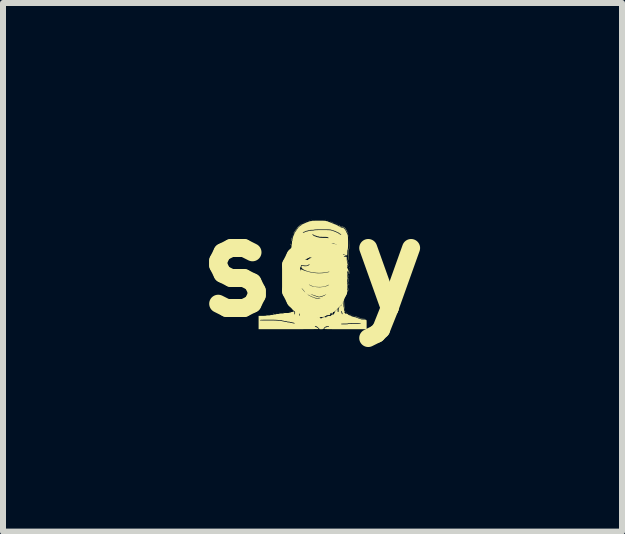
<source format=kicad_pcb>
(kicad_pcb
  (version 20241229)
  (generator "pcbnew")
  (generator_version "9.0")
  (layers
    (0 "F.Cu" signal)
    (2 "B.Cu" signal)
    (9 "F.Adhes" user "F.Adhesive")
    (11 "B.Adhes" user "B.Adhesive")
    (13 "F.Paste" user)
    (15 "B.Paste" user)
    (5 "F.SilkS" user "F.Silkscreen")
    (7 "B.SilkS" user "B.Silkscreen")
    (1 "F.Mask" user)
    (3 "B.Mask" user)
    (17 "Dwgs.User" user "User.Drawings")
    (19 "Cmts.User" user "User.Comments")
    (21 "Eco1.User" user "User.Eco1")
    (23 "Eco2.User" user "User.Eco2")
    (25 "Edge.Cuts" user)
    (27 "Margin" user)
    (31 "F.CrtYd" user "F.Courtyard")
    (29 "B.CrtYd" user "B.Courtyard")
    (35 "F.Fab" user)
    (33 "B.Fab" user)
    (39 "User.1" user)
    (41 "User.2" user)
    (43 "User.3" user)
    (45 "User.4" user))
  (footprint "soy"
    (layer "F.Cu")
    (at 2.157 1.404)
    (property "Reference" "soy" (at 0 0 0) (layer "F.SilkS") (effects (font (size 1.5 1.5) (thickness 0.3))))
    (attr board_only exclude_from_pos_files exclude_from_bom)
    (fp_poly (pts (xy -0.697 0.779) (xy -0.699 0.781) (xy -0.701 0.779) (xy -0.699 0.777)) (stroke (width 0) (type solid)) (fill yes) (layer "F.SilkS"))
    (fp_poly (pts (xy -0.604 0.755) (xy -0.606 0.757) (xy -0.608 0.755) (xy -0.606 0.753)) (stroke (width 0) (type solid)) (fill yes) (layer "F.SilkS"))
    (fp_poly (pts (xy -0.391 0.058) (xy -0.393 0.06) (xy -0.395 0.058) (xy -0.393 0.056)) (stroke (width 0) (type solid)) (fill yes) (layer "F.SilkS"))
    (fp_poly (pts (xy -0.387 0.292) (xy -0.389 0.294) (xy -0.391 0.292) (xy -0.389 0.29)) (stroke (width 0) (type solid)) (fill yes) (layer "F.SilkS"))
    (fp_poly (pts (xy -0.383 -0.199) (xy -0.385 -0.197) (xy -0.387 -0.199) (xy -0.385 -0.201)) (stroke (width 0) (type solid)) (fill yes) (layer "F.SilkS"))
    (fp_poly (pts (xy -0.383 -0.183) (xy -0.385 -0.181) (xy -0.387 -0.183) (xy -0.385 -0.185)) (stroke (width 0) (type solid)) (fill yes) (layer "F.SilkS"))
    (fp_poly (pts (xy -0.383 -0.014) (xy -0.385 -0.012) (xy -0.387 -0.014) (xy -0.385 -0.016)) (stroke (width 0) (type solid)) (fill yes) (layer "F.SilkS"))
    (fp_poly (pts (xy -0.383 -0.006) (xy -0.385 -0.004) (xy -0.387 -0.006) (xy -0.385 -0.008)) (stroke (width 0) (type solid)) (fill yes) (layer "F.SilkS"))
    (fp_poly (pts (xy -0.383 0.006) (xy -0.385 0.008) (xy -0.387 0.006) (xy -0.385 0.004)) (stroke (width 0) (type solid)) (fill yes) (layer "F.SilkS"))
    (fp_poly (pts (xy -0.383 0.018) (xy -0.385 0.02) (xy -0.387 0.018) (xy -0.385 0.016)) (stroke (width 0) (type solid)) (fill yes) (layer "F.SilkS"))
    (fp_poly (pts (xy -0.383 0.276) (xy -0.385 0.278) (xy -0.387 0.276) (xy -0.385 0.274)) (stroke (width 0) (type solid)) (fill yes) (layer "F.SilkS"))
    (fp_poly (pts (xy -0.383 0.739) (xy -0.385 0.741) (xy -0.387 0.739) (xy -0.385 0.737)) (stroke (width 0) (type solid)) (fill yes) (layer "F.SilkS"))
    (fp_poly (pts (xy -0.375 -0.232) (xy -0.377 -0.23) (xy -0.379 -0.232) (xy -0.377 -0.234)) (stroke (width 0) (type solid)) (fill yes) (layer "F.SilkS"))
    (fp_poly (pts (xy -0.375 0.236) (xy -0.377 0.238) (xy -0.379 0.236) (xy -0.377 0.234)) (stroke (width 0) (type solid)) (fill yes) (layer "F.SilkS"))
    (fp_poly (pts (xy -0.366 -0.288) (xy -0.368 -0.286) (xy -0.371 -0.288) (xy -0.368 -0.29)) (stroke (width 0) (type solid)) (fill yes) (layer "F.SilkS"))
    (fp_poly (pts (xy -0.358 0.304) (xy -0.36 0.306) (xy -0.362 0.304) (xy -0.36 0.302)) (stroke (width 0) (type solid)) (fill yes) (layer "F.SilkS"))
    (fp_poly (pts (xy -0.358 0.735) (xy -0.36 0.737) (xy -0.362 0.735) (xy -0.36 0.733)) (stroke (width 0) (type solid)) (fill yes) (layer "F.SilkS"))
    (fp_poly (pts (xy -0.125 -0.755) (xy -0.127 -0.753) (xy -0.129 -0.755) (xy -0.127 -0.757)) (stroke (width 0) (type solid)) (fill yes) (layer "F.SilkS"))
    (fp_poly (pts (xy 0.588 0.751) (xy 0.586 0.753) (xy 0.584 0.751) (xy 0.586 0.749)) (stroke (width 0) (type solid)) (fill yes) (layer "F.SilkS"))
    (fp_poly (pts (xy 0.596 0.3) (xy 0.594 0.302) (xy 0.592 0.3) (xy 0.594 0.298)) (stroke (width 0) (type solid)) (fill yes) (layer "F.SilkS"))
    (fp_poly (pts (xy 0.624 0.783) (xy 0.622 0.785) (xy 0.62 0.783) (xy 0.622 0.781)) (stroke (width 0) (type solid)) (fill yes) (layer "F.SilkS"))
    (fp_poly (pts (xy 0.652 0.783) (xy 0.65 0.785) (xy 0.648 0.783) (xy 0.65 0.781)) (stroke (width 0) (type solid)) (fill yes) (layer "F.SilkS"))
    (fp_poly (pts (xy -0.771 0.787) (xy -0.77 0.791) (xy -0.771 0.792) (xy -0.773 0.791) (xy -0.773 0.789) (xy -0.772 0.786)) (stroke (width 0) (type solid)) (fill yes) (layer "F.SilkS"))
    (fp_poly (pts (xy -0.605 0.762) (xy -0.605 0.767) (xy -0.605 0.768) (xy -0.608 0.767) (xy -0.608 0.765) (xy -0.607 0.762)) (stroke (width 0) (type solid)) (fill yes) (layer "F.SilkS"))
    (fp_poly (pts (xy -0.549 0.754) (xy -0.549 0.759) (xy -0.549 0.76) (xy -0.551 0.759) (xy -0.552 0.757) (xy -0.55 0.754)) (stroke (width 0) (type solid)) (fill yes) (layer "F.SilkS"))
    (fp_poly (pts (xy -0.477 0.746) (xy -0.476 0.751) (xy -0.477 0.752) (xy -0.479 0.751) (xy -0.479 0.749) (xy -0.478 0.746)) (stroke (width 0) (type solid)) (fill yes) (layer "F.SilkS"))
    (fp_poly (pts (xy -0.402 0.34) (xy -0.401 0.341) (xy -0.407 0.342) (xy -0.412 0.341) (xy -0.412 0.34) (xy -0.404 0.339)) (stroke (width 0) (type solid)) (fill yes) (layer "F.SilkS"))
    (fp_poly (pts (xy -0.392 0.07) (xy -0.393 0.072) (xy -0.395 0.072) (xy -0.398 0.071) (xy -0.397 0.07) (xy -0.393 0.069)) (stroke (width 0) (type solid)) (fill yes) (layer "F.SilkS"))
    (fp_poly (pts (xy -0.392 0.086) (xy -0.393 0.088) (xy -0.395 0.089) (xy -0.398 0.087) (xy -0.397 0.086) (xy -0.393 0.085)) (stroke (width 0) (type solid)) (fill yes) (layer "F.SilkS"))
    (fp_poly (pts (xy -0.392 0.199) (xy -0.393 0.201) (xy -0.395 0.201) (xy -0.398 0.2) (xy -0.397 0.199) (xy -0.393 0.198)) (stroke (width 0) (type solid)) (fill yes) (layer "F.SilkS"))
    (fp_poly (pts (xy -0.392 0.324) (xy -0.393 0.326) (xy -0.395 0.326) (xy -0.398 0.325) (xy -0.397 0.324) (xy -0.393 0.323)) (stroke (width 0) (type solid)) (fill yes) (layer "F.SilkS"))
    (fp_poly (pts (xy -0.386 0.175) (xy -0.385 0.176) (xy -0.391 0.177) (xy -0.396 0.176) (xy -0.396 0.175) (xy -0.387 0.174)) (stroke (width 0) (type solid)) (fill yes) (layer "F.SilkS"))
    (fp_poly (pts (xy -0.384 -0.128) (xy -0.384 -0.125) (xy -0.387 -0.125) (xy -0.39 -0.126) (xy -0.389 -0.128) (xy -0.385 -0.128)) (stroke (width 0) (type solid)) (fill yes) (layer "F.SilkS"))
    (fp_poly (pts (xy -0.384 0.038) (xy -0.384 0.04) (xy -0.387 0.04) (xy -0.39 0.039) (xy -0.389 0.038) (xy -0.385 0.037)) (stroke (width 0) (type solid)) (fill yes) (layer "F.SilkS"))
    (fp_poly (pts (xy -0.384 0.315) (xy -0.384 0.318) (xy -0.387 0.318) (xy -0.39 0.317) (xy -0.389 0.315) (xy -0.385 0.315)) (stroke (width 0) (type solid)) (fill yes) (layer "F.SilkS"))
    (fp_poly (pts (xy -0.384 0.34) (xy -0.384 0.342) (xy -0.387 0.342) (xy -0.39 0.341) (xy -0.389 0.34) (xy -0.385 0.339)) (stroke (width 0) (type solid)) (fill yes) (layer "F.SilkS"))
    (fp_poly (pts (xy -0.376 -0.224) (xy -0.376 -0.222) (xy -0.379 -0.222) (xy -0.382 -0.223) (xy -0.381 -0.224) (xy -0.376 -0.225)) (stroke (width 0) (type solid)) (fill yes) (layer "F.SilkS"))
    (fp_poly (pts (xy -0.376 0.009) (xy -0.375 0.014) (xy -0.376 0.015) (xy -0.378 0.014) (xy -0.379 0.012) (xy -0.377 0.009)) (stroke (width 0) (type solid)) (fill yes) (layer "F.SilkS"))
    (fp_poly (pts (xy -0.376 0.158) (xy -0.376 0.161) (xy -0.379 0.161) (xy -0.382 0.16) (xy -0.381 0.158) (xy -0.376 0.158)) (stroke (width 0) (type solid)) (fill yes) (layer "F.SilkS"))
    (fp_poly (pts (xy -0.376 0.183) (xy -0.376 0.185) (xy -0.379 0.185) (xy -0.382 0.184) (xy -0.381 0.183) (xy -0.376 0.182)) (stroke (width 0) (type solid)) (fill yes) (layer "F.SilkS"))
    (fp_poly (pts (xy -0.376 0.324) (xy -0.376 0.326) (xy -0.379 0.326) (xy -0.382 0.325) (xy -0.381 0.324) (xy -0.376 0.323)) (stroke (width 0) (type solid)) (fill yes) (layer "F.SilkS"))
    (fp_poly (pts (xy -0.368 0.315) (xy -0.368 0.318) (xy -0.371 0.318) (xy -0.374 0.317) (xy -0.373 0.315) (xy -0.368 0.315)) (stroke (width 0) (type solid)) (fill yes) (layer "F.SilkS"))
    (fp_poly (pts (xy -0.36 0.319) (xy -0.359 0.324) (xy -0.36 0.325) (xy -0.362 0.324) (xy -0.362 0.322) (xy -0.361 0.319)) (stroke (width 0) (type solid)) (fill yes) (layer "F.SilkS"))
    (fp_poly (pts (xy -0.328 -0.537) (xy -0.327 -0.528) (xy -0.328 -0.527) (xy -0.329 -0.526) (xy -0.33 -0.532) (xy -0.329 -0.537)) (stroke (width 0) (type solid)) (fill yes) (layer "F.SilkS"))
    (fp_poly (pts (xy -0.328 0.722) (xy -0.327 0.727) (xy -0.328 0.728) (xy -0.33 0.727) (xy -0.33 0.725) (xy -0.329 0.722)) (stroke (width 0) (type solid)) (fill yes) (layer "F.SilkS"))
    (fp_poly (pts (xy -0.164 -0.732) (xy -0.164 -0.73) (xy -0.169 -0.73) (xy -0.175 -0.73) (xy -0.174 -0.732) (xy -0.166 -0.732)) (stroke (width 0) (type solid)) (fill yes) (layer "F.SilkS"))
    (fp_poly (pts (xy -0.146 -0.739) (xy -0.147 -0.738) (xy -0.151 -0.737) (xy -0.156 -0.738) (xy -0.154 -0.74) (xy -0.147 -0.74)) (stroke (width 0) (type solid)) (fill yes) (layer "F.SilkS"))
    (fp_poly (pts (xy -0.13 -0.748) (xy -0.131 -0.745) (xy -0.133 -0.745) (xy -0.136 -0.747) (xy -0.136 -0.748) (xy -0.131 -0.748)) (stroke (width 0) (type solid)) (fill yes) (layer "F.SilkS"))
    (fp_poly (pts (xy -0.114 -0.76) (xy -0.114 -0.755) (xy -0.114 -0.754) (xy -0.117 -0.755) (xy -0.117 -0.757) (xy -0.115 -0.76)) (stroke (width 0) (type solid)) (fill yes) (layer "F.SilkS"))
    (fp_poly (pts (xy -0.098 -0.768) (xy -0.098 -0.763) (xy -0.098 -0.762) (xy -0.1 -0.763) (xy -0.101 -0.765) (xy -0.099 -0.768)) (stroke (width 0) (type solid)) (fill yes) (layer "F.SilkS"))
    (fp_poly (pts (xy -0.074 -0.776) (xy -0.073 -0.771) (xy -0.074 -0.771) (xy -0.076 -0.771) (xy -0.077 -0.773) (xy -0.075 -0.777)) (stroke (width 0) (type solid)) (fill yes) (layer "F.SilkS"))
    (fp_poly (pts (xy -0.009 -0.792) (xy -0.009 -0.787) (xy -0.009 -0.787) (xy -0.012 -0.787) (xy -0.012 -0.789) (xy -0.011 -0.793)) (stroke (width 0) (type solid)) (fill yes) (layer "F.SilkS"))
    (fp_poly (pts (xy 0.22 -0.792) (xy 0.221 -0.787) (xy 0.22 -0.787) (xy 0.218 -0.787) (xy 0.217 -0.789) (xy 0.219 -0.793)) (stroke (width 0) (type solid)) (fill yes) (layer "F.SilkS"))
    (fp_poly (pts (xy 0.252 -0.784) (xy 0.253 -0.779) (xy 0.252 -0.779) (xy 0.25 -0.779) (xy 0.25 -0.781) (xy 0.251 -0.785)) (stroke (width 0) (type solid)) (fill yes) (layer "F.SilkS"))
    (fp_poly (pts (xy 0.268 -0.776) (xy 0.269 -0.771) (xy 0.268 -0.771) (xy 0.266 -0.771) (xy 0.266 -0.773) (xy 0.267 -0.777)) (stroke (width 0) (type solid)) (fill yes) (layer "F.SilkS"))
    (fp_poly (pts (xy 0.317 -0.76) (xy 0.317 -0.755) (xy 0.317 -0.754) (xy 0.314 -0.755) (xy 0.314 -0.757) (xy 0.316 -0.76)) (stroke (width 0) (type solid)) (fill yes) (layer "F.SilkS"))
    (fp_poly (pts (xy 0.4 -0.724) (xy 0.4 -0.722) (xy 0.395 -0.722) (xy 0.389 -0.722) (xy 0.39 -0.724) (xy 0.398 -0.724)) (stroke (width 0) (type solid)) (fill yes) (layer "F.SilkS"))
    (fp_poly (pts (xy 0.416 -0.715) (xy 0.416 -0.714) (xy 0.411 -0.713) (xy 0.405 -0.714) (xy 0.406 -0.715) (xy 0.414 -0.716)) (stroke (width 0) (type solid)) (fill yes) (layer "F.SilkS"))
    (fp_poly (pts (xy 0.426 -0.707) (xy 0.425 -0.705) (xy 0.423 -0.705) (xy 0.42 -0.706) (xy 0.42 -0.707) (xy 0.425 -0.708)) (stroke (width 0) (type solid)) (fill yes) (layer "F.SilkS"))
    (fp_poly (pts (xy 0.546 0.722) (xy 0.547 0.727) (xy 0.546 0.728) (xy 0.544 0.727) (xy 0.544 0.725) (xy 0.545 0.722)) (stroke (width 0) (type solid)) (fill yes) (layer "F.SilkS"))
    (fp_poly (pts (xy 0.554 0.732) (xy 0.555 0.74) (xy 0.554 0.742) (xy 0.553 0.743) (xy 0.552 0.737) (xy 0.553 0.731)) (stroke (width 0) (type solid)) (fill yes) (layer "F.SilkS"))
    (fp_poly (pts (xy 0.562 0.746) (xy 0.563 0.751) (xy 0.562 0.752) (xy 0.56 0.751) (xy 0.56 0.749) (xy 0.561 0.746)) (stroke (width 0) (type solid)) (fill yes) (layer "F.SilkS"))
    (fp_poly (pts (xy 0.571 0.754) (xy 0.571 0.759) (xy 0.571 0.76) (xy 0.568 0.759) (xy 0.568 0.757) (xy 0.569 0.754)) (stroke (width 0) (type solid)) (fill yes) (layer "F.SilkS"))
    (fp_poly (pts (xy 0.587 0.287) (xy 0.587 0.292) (xy 0.587 0.293) (xy 0.584 0.292) (xy 0.584 0.29) (xy 0.585 0.287)) (stroke (width 0) (type solid)) (fill yes) (layer "F.SilkS"))
    (fp_poly (pts (xy 0.587 0.762) (xy 0.587 0.767) (xy 0.587 0.768) (xy 0.584 0.767) (xy 0.584 0.765) (xy 0.585 0.762)) (stroke (width 0) (type solid)) (fill yes) (layer "F.SilkS"))
    (fp_poly (pts (xy 0.587 0.273) (xy 0.587 0.279) (xy 0.586 0.281) (xy 0.585 0.28) (xy 0.584 0.276) (xy 0.585 0.271)) (stroke (width 0) (type solid)) (fill yes) (layer "F.SilkS"))
    (fp_poly (pts (xy 0.595 -0.561) (xy 0.595 -0.553) (xy 0.595 -0.551) (xy 0.593 -0.55) (xy 0.593 -0.556) (xy 0.593 -0.561)) (stroke (width 0) (type solid)) (fill yes) (layer "F.SilkS"))
    (fp_poly (pts (xy 0.595 0.771) (xy 0.595 0.775) (xy 0.595 0.776) (xy 0.592 0.775) (xy 0.592 0.773) (xy 0.593 0.77)) (stroke (width 0) (type solid)) (fill yes) (layer "F.SilkS"))
    (fp_poly (pts (xy 0.611 0.779) (xy 0.611 0.783) (xy 0.611 0.784) (xy 0.608 0.783) (xy 0.608 0.781) (xy 0.61 0.778)) (stroke (width 0) (type solid)) (fill yes) (layer "F.SilkS"))
    (fp_poly (pts (xy 0.619 0.027) (xy 0.619 0.035) (xy 0.619 0.037) (xy 0.617 0.038) (xy 0.617 0.032) (xy 0.617 0.027)) (stroke (width 0) (type solid)) (fill yes) (layer "F.SilkS"))
    (fp_poly (pts (xy 0.643 0.791) (xy 0.642 0.793) (xy 0.638 0.793) (xy 0.634 0.792) (xy 0.636 0.791) (xy 0.642 0.79)) (stroke (width 0) (type solid)) (fill yes) (layer "F.SilkS"))
    (fp_poly (pts (xy 0.661 0.799) (xy 0.662 0.8) (xy 0.656 0.801) (xy 0.651 0.8) (xy 0.651 0.799) (xy 0.66 0.798)) (stroke (width 0) (type solid)) (fill yes) (layer "F.SilkS"))
    (fp_poly (pts (xy 0.899 0.863) (xy 0.9 0.865) (xy 0.894 0.865) (xy 0.888 0.865) (xy 0.889 0.863) (xy 0.897 0.863)) (stroke (width 0) (type solid)) (fill yes) (layer "F.SilkS"))
    (fp_poly (pts (xy -0.202 0.581) (xy -0.201 0.583) (xy -0.204 0.587) (xy -0.206 0.587) (xy -0.209 0.586) (xy -0.209 0.584) (xy -0.205 0.58)) (stroke (width 0) (type solid)) (fill yes) (layer "F.SilkS"))
    (fp_poly (pts (xy -0.046 -0.787) (xy -0.047 -0.784) (xy -0.05 -0.778) (xy -0.052 -0.779) (xy -0.052 -0.781) (xy -0.049 -0.787) (xy -0.048 -0.787)) (stroke (width 0) (type solid)) (fill yes) (layer "F.SilkS"))
    (fp_poly (pts (xy 0.37 0.71) (xy 0.37 0.713) (xy 0.367 0.716) (xy 0.365 0.713) (xy 0.363 0.707) (xy 0.364 0.706) (xy 0.368 0.705)) (stroke (width 0) (type solid)) (fill yes) (layer "F.SilkS"))
    (fp_poly (pts (xy -0.65 0.769) (xy -0.651 0.771) (xy -0.654 0.776) (xy -0.659 0.778) (xy -0.66 0.776) (xy -0.658 0.772) (xy -0.654 0.769) (xy -0.65 0.766)) (stroke (width 0) (type solid)) (fill yes) (layer "F.SilkS"))
    (fp_poly (pts (xy -0.39 0.099) (xy -0.389 0.099) (xy -0.384 0.103) (xy -0.383 0.105) (xy -0.384 0.109) (xy -0.389 0.105) (xy -0.391 0.103) (xy -0.394 0.098)) (stroke (width 0) (type solid)) (fill yes) (layer "F.SilkS"))
    (fp_poly (pts (xy -0.376 0.208) (xy -0.379 0.211) (xy -0.385 0.217) (xy -0.387 0.217) (xy -0.388 0.215) (xy -0.385 0.211) (xy -0.379 0.207) (xy -0.376 0.205)) (stroke (width 0) (type solid)) (fill yes) (layer "F.SilkS"))
    (fp_poly (pts (xy -0.367 0.281) (xy -0.366 0.282) (xy -0.37 0.286) (xy -0.371 0.286) (xy -0.374 0.283) (xy -0.375 0.282) (xy -0.371 0.278) (xy -0.371 0.278)) (stroke (width 0) (type solid)) (fill yes) (layer "F.SilkS"))
    (fp_poly (pts (xy -0.36 0.345) (xy -0.359 0.356) (xy -0.36 0.361) (xy -0.361 0.362) (xy -0.361 0.357) (xy -0.361 0.352) (xy -0.361 0.345) (xy -0.36 0.343)) (stroke (width 0) (type solid)) (fill yes) (layer "F.SilkS"))
    (fp_poly (pts (xy -0.352 0.381) (xy -0.348 0.385) (xy -0.345 0.389) (xy -0.346 0.391) (xy -0.351 0.388) (xy -0.354 0.385) (xy -0.357 0.38) (xy -0.357 0.379)) (stroke (width 0) (type solid)) (fill yes) (layer "F.SilkS"))
    (fp_poly (pts (xy -0.351 0.168) (xy -0.35 0.171) (xy -0.353 0.177) (xy -0.354 0.177) (xy -0.358 0.174) (xy -0.358 0.171) (xy -0.356 0.166) (xy -0.354 0.165)) (stroke (width 0) (type solid)) (fill yes) (layer "F.SilkS"))
    (fp_poly (pts (xy -0.35 0.011) (xy -0.35 0.012) (xy -0.353 0.016) (xy -0.354 0.016) (xy -0.358 0.013) (xy -0.358 0.012) (xy -0.355 0.008) (xy -0.354 0.008)) (stroke (width 0) (type solid)) (fill yes) (layer "F.SilkS"))
    (fp_poly (pts (xy -0.336 -0.519) (xy -0.335 -0.508) (xy -0.336 -0.504) (xy -0.337 -0.503) (xy -0.337 -0.509) (xy -0.337 -0.511) (xy -0.337 -0.519) (xy -0.336 -0.52)) (stroke (width 0) (type solid)) (fill yes) (layer "F.SilkS"))
    (fp_poly (pts (xy -0.319 -0.559) (xy -0.319 -0.549) (xy -0.319 -0.545) (xy -0.321 -0.543) (xy -0.321 -0.549) (xy -0.321 -0.552) (xy -0.321 -0.559) (xy -0.32 -0.56)) (stroke (width 0) (type solid)) (fill yes) (layer "F.SilkS"))
    (fp_poly (pts (xy -0.319 0.496) (xy -0.319 0.507) (xy -0.319 0.51) (xy -0.321 0.512) (xy -0.321 0.506) (xy -0.321 0.503) (xy -0.321 0.496) (xy -0.32 0.495)) (stroke (width 0) (type solid)) (fill yes) (layer "F.SilkS"))
    (fp_poly (pts (xy -0.319 0.35) (xy -0.318 0.352) (xy -0.321 0.358) (xy -0.326 0.357) (xy -0.327 0.356) (xy -0.328 0.351) (xy -0.324 0.347) (xy -0.322 0.346)) (stroke (width 0) (type solid)) (fill yes) (layer "F.SilkS"))
    (fp_poly (pts (xy -0.295 0.241) (xy -0.294 0.246) (xy -0.297 0.252) (xy -0.3 0.254) (xy -0.305 0.25) (xy -0.306 0.246) (xy -0.304 0.239) (xy -0.3 0.238)) (stroke (width 0) (type solid)) (fill yes) (layer "F.SilkS"))
    (fp_poly (pts (xy -0.191 0.535) (xy -0.189 0.544) (xy -0.191 0.553) (xy -0.195 0.556) (xy -0.2 0.552) (xy -0.201 0.544) (xy -0.2 0.534) (xy -0.195 0.532)) (stroke (width 0) (type solid)) (fill yes) (layer "F.SilkS"))
    (fp_poly (pts (xy -0.162 0.66) (xy -0.161 0.667) (xy -0.162 0.674) (xy -0.165 0.677) (xy -0.168 0.673) (xy -0.169 0.667) (xy -0.168 0.659) (xy -0.165 0.656)) (stroke (width 0) (type solid)) (fill yes) (layer "F.SilkS"))
    (fp_poly (pts (xy 0.141 0.813) (xy 0.141 0.814) (xy 0.138 0.817) (xy 0.137 0.818) (xy 0.133 0.814) (xy 0.133 0.814) (xy 0.136 0.81) (xy 0.137 0.809)) (stroke (width 0) (type solid)) (fill yes) (layer "F.SilkS"))
    (fp_poly (pts (xy 0.294 -0.767) (xy 0.298 -0.764) (xy 0.298 -0.763) (xy 0.295 -0.761) (xy 0.294 -0.761) (xy 0.29 -0.764) (xy 0.29 -0.765) (xy 0.292 -0.768)) (stroke (width 0) (type solid)) (fill yes) (layer "F.SilkS"))
    (fp_poly (pts (xy 0.323 0.703) (xy 0.324 0.709) (xy 0.322 0.717) (xy 0.319 0.72) (xy 0.315 0.718) (xy 0.314 0.709) (xy 0.315 0.7) (xy 0.319 0.698)) (stroke (width 0) (type solid)) (fill yes) (layer "F.SilkS"))
    (fp_poly (pts (xy 0.354 0.684) (xy 0.354 0.687) (xy 0.352 0.692) (xy 0.35 0.693) (xy 0.347 0.689) (xy 0.346 0.687) (xy 0.349 0.681) (xy 0.35 0.681)) (stroke (width 0) (type solid)) (fill yes) (layer "F.SilkS"))
    (fp_poly (pts (xy 0.358 -0.743) (xy 0.362 -0.739) (xy 0.362 -0.739) (xy 0.359 -0.737) (xy 0.358 -0.737) (xy 0.355 -0.74) (xy 0.354 -0.741) (xy 0.357 -0.744)) (stroke (width 0) (type solid)) (fill yes) (layer "F.SilkS"))
    (fp_poly (pts (xy 0.362 0.724) (xy 0.362 0.729) (xy 0.361 0.735) (xy 0.358 0.737) (xy 0.355 0.734) (xy 0.354 0.729) (xy 0.356 0.722) (xy 0.358 0.721)) (stroke (width 0) (type solid)) (fill yes) (layer "F.SilkS"))
    (fp_poly (pts (xy 0.382 -0.732) (xy 0.383 -0.731) (xy 0.377 -0.73) (xy 0.375 -0.73) (xy 0.367 -0.73) (xy 0.366 -0.731) (xy 0.367 -0.732) (xy 0.378 -0.732)) (stroke (width 0) (type solid)) (fill yes) (layer "F.SilkS"))
    (fp_poly (pts (xy 0.394 0.692) (xy 0.395 0.695) (xy 0.392 0.7) (xy 0.391 0.701) (xy 0.387 0.697) (xy 0.387 0.695) (xy 0.389 0.689) (xy 0.391 0.689)) (stroke (width 0) (type solid)) (fill yes) (layer "F.SilkS"))
    (fp_poly (pts (xy 0.467 0.611) (xy 0.467 0.614) (xy 0.465 0.62) (xy 0.459 0.619) (xy 0.458 0.618) (xy 0.457 0.613) (xy 0.461 0.609) (xy 0.463 0.608)) (stroke (width 0) (type solid)) (fill yes) (layer "F.SilkS"))
    (fp_poly (pts (xy 0.592 -0.013) (xy 0.592 -0.012) (xy 0.589 -0.008) (xy 0.588 -0.008) (xy 0.584 -0.011) (xy 0.584 -0.012) (xy 0.587 -0.016) (xy 0.588 -0.016)) (stroke (width 0) (type solid)) (fill yes) (layer "F.SilkS"))
    (fp_poly (pts (xy 0.603 -0.047) (xy 0.604 -0.034) (xy 0.603 -0.025) (xy 0.602 -0.023) (xy 0.601 -0.027) (xy 0.601 -0.036) (xy 0.602 -0.046) (xy 0.602 -0.05)) (stroke (width 0) (type solid)) (fill yes) (layer "F.SilkS"))
    (fp_poly (pts (xy 0.611 -0.007) (xy 0.612 0.006) (xy 0.611 0.015) (xy 0.61 0.018) (xy 0.61 0.013) (xy 0.609 0.004) (xy 0.61 -0.006) (xy 0.61 -0.01)) (stroke (width 0) (type solid)) (fill yes) (layer "F.SilkS"))
    (fp_poly (pts (xy 0.682 0.807) (xy 0.682 0.808) (xy 0.676 0.809) (xy 0.675 0.809) (xy 0.668 0.808) (xy 0.669 0.807) (xy 0.67 0.807) (xy 0.678 0.806)) (stroke (width 0) (type solid)) (fill yes) (layer "F.SilkS"))
    (fp_poly (pts (xy 0.331 -0.755) (xy 0.333 -0.753) (xy 0.34 -0.748) (xy 0.342 -0.746) (xy 0.34 -0.745) (xy 0.337 -0.745) (xy 0.331 -0.748) (xy 0.329 -0.752) (xy 0.327 -0.756)) (stroke (width 0) (type solid)) (fill yes) (layer "F.SilkS"))
    (fp_poly (pts (xy 0.458 0.627) (xy 0.459 0.634) (xy 0.457 0.642) (xy 0.453 0.644) (xy 0.449 0.639) (xy 0.449 0.639) (xy 0.448 0.631) (xy 0.449 0.628) (xy 0.454 0.624)) (stroke (width 0) (type solid)) (fill yes) (layer "F.SilkS"))
    (fp_poly (pts (xy 0.531 0.406) (xy 0.532 0.411) (xy 0.53 0.418) (xy 0.525 0.422) (xy 0.522 0.42) (xy 0.519 0.414) (xy 0.521 0.406) (xy 0.525 0.403) (xy 0.526 0.403)) (stroke (width 0) (type solid)) (fill yes) (layer "F.SilkS"))
    (fp_poly (pts (xy 0.603 -0.537) (xy 0.603 -0.537) (xy 0.604 -0.523) (xy 0.603 -0.51) (xy 0.602 -0.507) (xy 0.602 -0.512) (xy 0.601 -0.522) (xy 0.601 -0.524) (xy 0.602 -0.535) (xy 0.602 -0.54)) (stroke (width 0) (type solid)) (fill yes) (layer "F.SilkS"))
    (fp_poly (pts (xy -0.359 -0.395) (xy -0.359 -0.39) (xy -0.361 -0.381) (xy -0.364 -0.377) (xy -0.37 -0.377) (xy -0.371 -0.379) (xy -0.368 -0.382) (xy -0.367 -0.383) (xy -0.363 -0.386) (xy -0.361 -0.392) (xy -0.36 -0.397)) (stroke (width 0) (type solid)) (fill yes) (layer "F.SilkS"))
    (fp_poly (pts (xy 0.59 0.25) (xy 0.595 0.259) (xy 0.595 0.264) (xy 0.593 0.269) (xy 0.593 0.266) (xy 0.592 0.263) (xy 0.591 0.256) (xy 0.588 0.254) (xy 0.584 0.251) (xy 0.584 0.249) (xy 0.586 0.247)) (stroke (width 0) (type solid)) (fill yes) (layer "F.SilkS"))
    (fp_poly (pts (xy -0.389 0.354) (xy -0.393 0.358) (xy -0.401 0.364) (xy -0.408 0.366) (xy -0.414 0.365) (xy -0.412 0.364) (xy -0.408 0.364) (xy -0.401 0.361) (xy -0.399 0.359) (xy -0.395 0.355) (xy -0.392 0.353) (xy -0.388 0.352)) (stroke (width 0) (type solid)) (fill yes) (layer "F.SilkS"))
    (fp_poly (pts (xy 0.602 0.272) (xy 0.606 0.28) (xy 0.61 0.289) (xy 0.611 0.295) (xy 0.611 0.296) (xy 0.609 0.296) (xy 0.608 0.293) (xy 0.606 0.287) (xy 0.604 0.286) (xy 0.601 0.283) (xy 0.6 0.277) (xy 0.6 0.271)) (stroke (width 0) (type solid)) (fill yes) (layer "F.SilkS"))
    (fp_poly (pts (xy 0.203 0.788) (xy 0.209 0.793) (xy 0.213 0.802) (xy 0.213 0.807) (xy 0.212 0.815) (xy 0.207 0.817) (xy 0.202 0.818) (xy 0.192 0.816) (xy 0.187 0.814) (xy 0.188 0.81) (xy 0.189 0.809) (xy 0.192 0.806) (xy 0.193 0.8) (xy 0.195 0.791) (xy 0.197 0.787)) (stroke (width 0) (type solid)) (fill yes) (layer "F.SilkS"))
    (fp_poly (pts (xy 0.505 0.445) (xy 0.507 0.451) (xy 0.507 0.462) (xy 0.507 0.471) (xy 0.507 0.487) (xy 0.506 0.495) (xy 0.503 0.499) (xy 0.501 0.499) (xy 0.498 0.498) (xy 0.496 0.492) (xy 0.495 0.48) (xy 0.495 0.471) (xy 0.496 0.456) (xy 0.497 0.447) (xy 0.5 0.443) (xy 0.501 0.443)) (stroke (width 0) (type solid)) (fill yes) (layer "F.SilkS"))
    (fp_poly (pts (xy 0.619 0.064) (xy 0.619 0.083) (xy 0.615 0.098) (xy 0.609 0.108) (xy 0.6 0.112) (xy 0.599 0.112) (xy 0.59 0.112) (xy 0.599 0.11) (xy 0.607 0.105) (xy 0.608 0.1) (xy 0.61 0.094) (xy 0.612 0.093) (xy 0.614 0.089) (xy 0.616 0.079) (xy 0.617 0.067) (xy 0.618 0.042)) (stroke (width 0) (type solid)) (fill yes) (layer "F.SilkS"))
    (fp_poly (pts (xy -0.343 -0.491) (xy -0.343 -0.488) (xy -0.344 -0.479) (xy -0.346 -0.475) (xy -0.346 -0.475) (xy -0.349 -0.472) (xy -0.35 -0.462) (xy -0.35 -0.455) (xy -0.351 -0.444) (xy -0.352 -0.436) (xy -0.353 -0.435) (xy -0.355 -0.439) (xy -0.356 -0.447) (xy -0.355 -0.452) (xy -0.354 -0.465) (xy -0.351 -0.475) (xy -0.35 -0.477) (xy -0.346 -0.488) (xy -0.345 -0.493) (xy -0.344 -0.496)) (stroke (width 0) (type solid)) (fill yes) (layer "F.SilkS"))
    (fp_poly (pts (xy 0.531 0.608) (xy 0.531 0.629) (xy 0.533 0.647) (xy 0.534 0.659) (xy 0.536 0.665) (xy 0.536 0.665) (xy 0.538 0.67) (xy 0.539 0.681) (xy 0.539 0.695) (xy 0.537 0.723) (xy 0.536 0.696) (xy 0.535 0.682) (xy 0.534 0.672) (xy 0.532 0.669) (xy 0.532 0.669) (xy 0.53 0.665) (xy 0.529 0.653) (xy 0.528 0.635) (xy 0.528 0.611) (xy 0.529 0.554)) (stroke (width 0) (type solid)) (fill yes) (layer "F.SilkS"))
    (fp_poly (pts (xy 0.594 0.175) (xy 0.598 0.176) (xy 0.601 0.179) (xy 0.602 0.187) (xy 0.603 0.2) (xy 0.603 0.209) (xy 0.603 0.225) (xy 0.603 0.238) (xy 0.602 0.245) (xy 0.601 0.246) (xy 0.6 0.244) (xy 0.599 0.235) (xy 0.599 0.222) (xy 0.599 0.214) (xy 0.6 0.196) (xy 0.599 0.186) (xy 0.598 0.18) (xy 0.595 0.177) (xy 0.593 0.176) (xy 0.589 0.175) (xy 0.592 0.175)) (stroke (width 0) (type solid)) (fill yes) (layer "F.SilkS"))
    (fp_poly (pts (xy -0.244 -0.212) (xy -0.246 -0.206) (xy -0.248 -0.204) (xy -0.252 -0.195) (xy -0.254 -0.188) (xy -0.255 -0.184) (xy -0.259 -0.182) (xy -0.269 -0.182) (xy -0.279 -0.182) (xy -0.295 -0.182) (xy -0.309 -0.183) (xy -0.317 -0.184) (xy -0.328 -0.187) (xy -0.331 -0.192) (xy -0.328 -0.198) (xy -0.318 -0.202) (xy -0.311 -0.204) (xy -0.301 -0.206) (xy -0.287 -0.209) (xy -0.275 -0.212) (xy -0.258 -0.215) (xy -0.248 -0.215)) (stroke (width 0) (type solid)) (fill yes) (layer "F.SilkS"))
    (fp_poly (pts (xy -0.082 0.652) (xy -0.081 0.661) (xy -0.081 0.667) (xy -0.081 0.677) (xy -0.083 0.684) (xy -0.085 0.685) (xy -0.088 0.688) (xy -0.089 0.693) (xy -0.091 0.699) (xy -0.097 0.701) (xy -0.103 0.698) (xy -0.105 0.691) (xy -0.103 0.683) (xy -0.101 0.681) (xy -0.097 0.677) (xy -0.097 0.673) (xy -0.095 0.666) (xy -0.093 0.664) (xy -0.089 0.661) (xy -0.089 0.656) (xy -0.087 0.65) (xy -0.085 0.648)) (stroke (width 0) (type solid)) (fill yes) (layer "F.SilkS"))
    (fp_poly (pts (xy 0.364 -0.209) (xy 0.37 -0.206) (xy 0.369 -0.201) (xy 0.366 -0.199) (xy 0.364 -0.192) (xy 0.366 -0.186) (xy 0.37 -0.178) (xy 0.369 -0.173) (xy 0.362 -0.17) (xy 0.349 -0.168) (xy 0.345 -0.168) (xy 0.329 -0.166) (xy 0.314 -0.164) (xy 0.306 -0.163) (xy 0.293 -0.163) (xy 0.282 -0.165) (xy 0.282 -0.165) (xy 0.272 -0.169) (xy 0.286 -0.181) (xy 0.31 -0.198) (xy 0.334 -0.207) (xy 0.352 -0.209)) (stroke (width 0) (type solid)) (fill yes) (layer "F.SilkS"))
    (fp_poly (pts (xy 0.547 0.305) (xy 0.548 0.311) (xy 0.549 0.32) (xy 0.552 0.325) (xy 0.554 0.331) (xy 0.555 0.342) (xy 0.555 0.351) (xy 0.554 0.364) (xy 0.552 0.37) (xy 0.548 0.373) (xy 0.545 0.374) (xy 0.54 0.374) (xy 0.538 0.372) (xy 0.536 0.367) (xy 0.536 0.357) (xy 0.536 0.34) (xy 0.536 0.339) (xy 0.536 0.321) (xy 0.537 0.31) (xy 0.538 0.304) (xy 0.541 0.302) (xy 0.542 0.302)) (stroke (width 0) (type solid)) (fill yes) (layer "F.SilkS"))
    (fp_poly (pts (xy 0.479 -0.216) (xy 0.498 -0.212) (xy 0.515 -0.209) (xy 0.522 -0.207) (xy 0.528 -0.206) (xy 0.53 -0.206) (xy 0.533 -0.204) (xy 0.537 -0.203) (xy 0.545 -0.2) (xy 0.552 -0.195) (xy 0.556 -0.19) (xy 0.555 -0.187) (xy 0.55 -0.186) (xy 0.54 -0.185) (xy 0.524 -0.183) (xy 0.514 -0.183) (xy 0.475 -0.18) (xy 0.475 -0.19) (xy 0.473 -0.2) (xy 0.469 -0.205) (xy 0.465 -0.211) (xy 0.468 -0.215) (xy 0.476 -0.216)) (stroke (width 0) (type solid)) (fill yes) (layer "F.SilkS"))
    (fp_poly (pts (xy -0.248 0.453) (xy -0.246 0.461) (xy -0.246 0.471) (xy -0.246 0.483) (xy -0.248 0.49) (xy -0.25 0.491) (xy -0.252 0.495) (xy -0.253 0.504) (xy -0.254 0.511) (xy -0.254 0.524) (xy -0.257 0.53) (xy -0.26 0.532) (xy -0.264 0.529) (xy -0.265 0.522) (xy -0.266 0.511) (xy -0.265 0.5) (xy -0.263 0.493) (xy -0.262 0.491) (xy -0.259 0.488) (xy -0.258 0.478) (xy -0.258 0.471) (xy -0.257 0.459) (xy -0.255 0.452) (xy -0.252 0.451)) (stroke (width 0) (type solid)) (fill yes) (layer "F.SilkS"))
    (fp_poly (pts (xy -0.116 -0.208) (xy -0.1 -0.203) (xy -0.085 -0.197) (xy -0.073 -0.19) (xy -0.067 -0.183) (xy -0.067 -0.183) (xy -0.062 -0.178) (xy -0.059 -0.177) (xy -0.053 -0.175) (xy -0.054 -0.171) (xy -0.06 -0.166) (xy -0.063 -0.165) (xy -0.071 -0.162) (xy -0.08 -0.162) (xy -0.092 -0.163) (xy -0.103 -0.165) (xy -0.118 -0.168) (xy -0.133 -0.169) (xy -0.134 -0.169) (xy -0.145 -0.17) (xy -0.149 -0.175) (xy -0.146 -0.183) (xy -0.145 -0.186) (xy -0.142 -0.194) (xy -0.145 -0.199) (xy -0.149 -0.204) (xy -0.146 -0.208) (xy -0.136 -0.209) (xy -0.13 -0.209)) (stroke (width 0) (type solid)) (fill yes) (layer "F.SilkS"))
    (fp_poly (pts (xy -0.336 0.38) (xy -0.332 0.385) (xy -0.328 0.393) (xy -0.326 0.4) (xy -0.325 0.408) (xy -0.322 0.411) (xy -0.32 0.415) (xy -0.319 0.425) (xy -0.318 0.44) (xy -0.318 0.443) (xy -0.318 0.46) (xy -0.316 0.472) (xy -0.314 0.476) (xy -0.311 0.481) (xy -0.311 0.484) (xy -0.312 0.488) (xy -0.315 0.484) (xy -0.317 0.48) (xy -0.32 0.471) (xy -0.322 0.456) (xy -0.322 0.442) (xy -0.323 0.428) (xy -0.324 0.418) (xy -0.326 0.413) (xy -0.329 0.407) (xy -0.33 0.401) (xy -0.333 0.391) (xy -0.336 0.387) (xy -0.341 0.382) (xy -0.341 0.38)) (stroke (width 0) (type solid)) (fill yes) (layer "F.SilkS"))
    (fp_poly (pts (xy -0.303 0.543) (xy -0.303 0.558) (xy -0.304 0.568) (xy -0.306 0.572) (xy -0.308 0.575) (xy -0.31 0.584) (xy -0.31 0.595) (xy -0.309 0.606) (xy -0.308 0.615) (xy -0.306 0.617) (xy -0.304 0.622) (xy -0.303 0.634) (xy -0.303 0.653) (xy -0.303 0.671) (xy -0.304 0.723) (xy -0.305 0.672) (xy -0.306 0.65) (xy -0.307 0.634) (xy -0.309 0.623) (xy -0.31 0.62) (xy -0.312 0.617) (xy -0.314 0.608) (xy -0.314 0.596) (xy -0.314 0.584) (xy -0.312 0.574) (xy -0.31 0.57) (xy -0.308 0.564) (xy -0.306 0.553) (xy -0.305 0.54) (xy -0.304 0.513)) (stroke (width 0) (type solid)) (fill yes) (layer "F.SilkS"))
    (fp_poly (pts (xy -0.311 0.223) (xy -0.31 0.23) (xy -0.312 0.236) (xy -0.314 0.238) (xy -0.316 0.241) (xy -0.317 0.252) (xy -0.318 0.269) (xy -0.318 0.284) (xy -0.318 0.306) (xy -0.319 0.322) (xy -0.321 0.331) (xy -0.324 0.336) (xy -0.324 0.337) (xy -0.33 0.342) (xy -0.333 0.34) (xy -0.334 0.331) (xy -0.334 0.33) (xy -0.335 0.322) (xy -0.338 0.318) (xy -0.338 0.318) (xy -0.34 0.315) (xy -0.342 0.305) (xy -0.342 0.293) (xy -0.342 0.28) (xy -0.341 0.268) (xy -0.339 0.261) (xy -0.338 0.26) (xy -0.334 0.255) (xy -0.329 0.245) (xy -0.326 0.239) (xy -0.32 0.228) (xy -0.314 0.222)) (stroke (width 0) (type solid)) (fill yes) (layer "F.SilkS"))
    (fp_poly (pts (xy 0.346 0.708) (xy 0.346 0.715) (xy 0.344 0.721) (xy 0.342 0.723) (xy 0.339 0.728) (xy 0.338 0.738) (xy 0.338 0.74) (xy 0.339 0.755) (xy 0.338 0.764) (xy 0.335 0.769) (xy 0.331 0.771) (xy 0.322 0.774) (xy 0.319 0.776) (xy 0.315 0.775) (xy 0.314 0.774) (xy 0.317 0.769) (xy 0.318 0.769) (xy 0.321 0.766) (xy 0.322 0.757) (xy 0.322 0.757) (xy 0.323 0.749) (xy 0.326 0.745) (xy 0.326 0.745) (xy 0.329 0.742) (xy 0.33 0.733) (xy 0.33 0.733) (xy 0.331 0.724) (xy 0.334 0.721) (xy 0.334 0.721) (xy 0.338 0.718) (xy 0.338 0.713) (xy 0.34 0.706) (xy 0.342 0.705)) (stroke (width 0) (type solid)) (fill yes) (layer "F.SilkS"))
    (fp_poly (pts (xy 0.6 0.087) (xy 0.6 0.091) (xy 0.597 0.096) (xy 0.594 0.097) (xy 0.59 0.099) (xy 0.588 0.107) (xy 0.588 0.115) (xy 0.589 0.126) (xy 0.591 0.134) (xy 0.592 0.135) (xy 0.596 0.141) (xy 0.596 0.15) (xy 0.592 0.158) (xy 0.588 0.16) (xy 0.583 0.163) (xy 0.581 0.169) (xy 0.58 0.181) (xy 0.581 0.191) (xy 0.582 0.194) (xy 0.583 0.191) (xy 0.584 0.189) (xy 0.586 0.183) (xy 0.587 0.183) (xy 0.588 0.188) (xy 0.586 0.196) (xy 0.582 0.2) (xy 0.578 0.199) (xy 0.577 0.193) (xy 0.576 0.183) (xy 0.576 0.177) (xy 0.576 0.165) (xy 0.578 0.159) (xy 0.582 0.157) (xy 0.584 0.157) (xy 0.59 0.155) (xy 0.592 0.147) (xy 0.591 0.139) (xy 0.588 0.137) (xy 0.585 0.133) (xy 0.584 0.125) (xy 0.584 0.113) (xy 0.585 0.102) (xy 0.588 0.093) (xy 0.59 0.09) (xy 0.596 0.085)) (stroke (width 0) (type solid)) (fill yes) (layer "F.SilkS"))
    (fp_poly (pts (xy 0.712 0.815) (xy 0.718 0.817) (xy 0.719 0.818) (xy 0.724 0.82) (xy 0.733 0.822) (xy 0.742 0.823) (xy 0.745 0.826) (xy 0.748 0.829) (xy 0.753 0.83) (xy 0.76 0.831) (xy 0.761 0.834) (xy 0.765 0.837) (xy 0.771 0.838) (xy 0.78 0.839) (xy 0.783 0.842) (xy 0.789 0.845) (xy 0.795 0.846) (xy 0.804 0.847) (xy 0.808 0.85) (xy 0.813 0.851) (xy 0.825 0.853) (xy 0.84 0.854) (xy 0.85 0.855) (xy 0.888 0.856) (xy 0.847 0.857) (xy 0.827 0.857) (xy 0.813 0.856) (xy 0.806 0.855) (xy 0.805 0.854) (xy 0.802 0.851) (xy 0.794 0.85) (xy 0.793 0.85) (xy 0.785 0.849) (xy 0.781 0.846) (xy 0.781 0.846) (xy 0.778 0.843) (xy 0.769 0.842) (xy 0.769 0.842) (xy 0.761 0.841) (xy 0.757 0.838) (xy 0.757 0.838) (xy 0.754 0.834) (xy 0.749 0.834) (xy 0.743 0.832) (xy 0.741 0.83) (xy 0.738 0.826) (xy 0.732 0.826) (xy 0.723 0.824) (xy 0.719 0.822) (xy 0.712 0.819) (xy 0.702 0.817) (xy 0.701 0.816) (xy 0.687 0.815) (xy 0.702 0.814)) (stroke (width 0) (type solid)) (fill yes) (layer "F.SilkS"))
    (fp_poly (pts (xy -0.179 -0.722) (xy -0.184 -0.716) (xy -0.185 -0.715) (xy -0.193 -0.708) (xy -0.198 -0.705) (xy -0.199 -0.705) (xy -0.203 -0.702) (xy -0.212 -0.695) (xy -0.222 -0.685) (xy -0.233 -0.674) (xy -0.243 -0.663) (xy -0.251 -0.654) (xy -0.254 -0.649) (xy -0.254 -0.649) (xy -0.256 -0.643) (xy -0.263 -0.636) (xy -0.266 -0.633) (xy -0.273 -0.625) (xy -0.278 -0.619) (xy -0.278 -0.617) (xy -0.281 -0.612) (xy -0.286 -0.606) (xy -0.292 -0.599) (xy -0.294 -0.594) (xy -0.297 -0.587) (xy -0.3 -0.584) (xy -0.307 -0.575) (xy -0.31 -0.57) (xy -0.314 -0.562) (xy -0.314 -0.57) (xy -0.311 -0.579) (xy -0.306 -0.584) (xy -0.3 -0.591) (xy -0.298 -0.596) (xy -0.295 -0.603) (xy -0.29 -0.608) (xy -0.284 -0.615) (xy -0.282 -0.619) (xy -0.279 -0.626) (xy -0.272 -0.634) (xy -0.27 -0.636) (xy -0.262 -0.644) (xy -0.258 -0.651) (xy -0.258 -0.652) (xy -0.255 -0.657) (xy -0.248 -0.666) (xy -0.238 -0.677) (xy -0.226 -0.688) (xy -0.215 -0.698) (xy -0.206 -0.706) (xy -0.201 -0.709) (xy -0.2 -0.709) (xy -0.194 -0.712) (xy -0.189 -0.717) (xy -0.183 -0.723) (xy -0.18 -0.725)) (stroke (width 0) (type solid)) (fill yes) (layer "F.SilkS"))
    (fp_poly (pts (xy 0.45 -0.698) (xy 0.455 -0.693) (xy 0.462 -0.686) (xy 0.468 -0.685) (xy 0.474 -0.683) (xy 0.475 -0.681) (xy 0.479 -0.678) (xy 0.488 -0.677) (xy 0.495 -0.677) (xy 0.507 -0.676) (xy 0.514 -0.674) (xy 0.515 -0.673) (xy 0.519 -0.669) (xy 0.522 -0.669) (xy 0.529 -0.666) (xy 0.538 -0.658) (xy 0.547 -0.649) (xy 0.554 -0.64) (xy 0.556 -0.634) (xy 0.558 -0.629) (xy 0.56 -0.628) (xy 0.563 -0.625) (xy 0.564 -0.62) (xy 0.566 -0.614) (xy 0.568 -0.612) (xy 0.571 -0.609) (xy 0.572 -0.604) (xy 0.574 -0.598) (xy 0.576 -0.596) (xy 0.579 -0.593) (xy 0.58 -0.588) (xy 0.582 -0.581) (xy 0.584 -0.579) (xy 0.588 -0.575) (xy 0.587 -0.571) (xy 0.585 -0.57) (xy 0.581 -0.576) (xy 0.576 -0.586) (xy 0.57 -0.598) (xy 0.565 -0.606) (xy 0.563 -0.608) (xy 0.56 -0.611) (xy 0.56 -0.616) (xy 0.558 -0.623) (xy 0.556 -0.624) (xy 0.552 -0.627) (xy 0.552 -0.63) (xy 0.549 -0.637) (xy 0.542 -0.646) (xy 0.532 -0.656) (xy 0.523 -0.662) (xy 0.518 -0.664) (xy 0.512 -0.667) (xy 0.511 -0.669) (xy 0.508 -0.671) (xy 0.499 -0.672) (xy 0.495 -0.673) (xy 0.478 -0.675) (xy 0.462 -0.682) (xy 0.453 -0.689) (xy 0.443 -0.695) (xy 0.435 -0.698) (xy 0.429 -0.699) (xy 0.43 -0.7) (xy 0.437 -0.7)) (stroke (width 0) (type solid)) (fill yes) (layer "F.SilkS"))
    (fp_poly (pts (xy 0.611 -0.403) (xy 0.611 -0.369) (xy 0.611 -0.341) (xy 0.611 -0.32) (xy 0.61 -0.307) (xy 0.608 -0.301) (xy 0.608 -0.301) (xy 0.607 -0.295) (xy 0.605 -0.283) (xy 0.604 -0.265) (xy 0.604 -0.244) (xy 0.604 -0.243) (xy 0.604 -0.22) (xy 0.603 -0.203) (xy 0.602 -0.193) (xy 0.6 -0.189) (xy 0.598 -0.185) (xy 0.597 -0.175) (xy 0.596 -0.16) (xy 0.596 -0.155) (xy 0.596 -0.139) (xy 0.594 -0.127) (xy 0.593 -0.12) (xy 0.592 -0.119) (xy 0.589 -0.113) (xy 0.588 -0.103) (xy 0.589 -0.093) (xy 0.592 -0.086) (xy 0.592 -0.086) (xy 0.595 -0.079) (xy 0.595 -0.069) (xy 0.595 -0.068) (xy 0.593 -0.054) (xy 0.593 -0.069) (xy 0.591 -0.079) (xy 0.589 -0.084) (xy 0.588 -0.085) (xy 0.586 -0.088) (xy 0.584 -0.097) (xy 0.584 -0.103) (xy 0.585 -0.114) (xy 0.587 -0.12) (xy 0.588 -0.121) (xy 0.59 -0.125) (xy 0.591 -0.135) (xy 0.592 -0.151) (xy 0.592 -0.155) (xy 0.592 -0.171) (xy 0.594 -0.183) (xy 0.595 -0.19) (xy 0.596 -0.191) (xy 0.598 -0.196) (xy 0.599 -0.208) (xy 0.6 -0.225) (xy 0.6 -0.247) (xy 0.6 -0.248) (xy 0.6 -0.271) (xy 0.601 -0.288) (xy 0.602 -0.299) (xy 0.604 -0.302) (xy 0.605 -0.306) (xy 0.607 -0.318) (xy 0.608 -0.336) (xy 0.608 -0.362) (xy 0.609 -0.394) (xy 0.609 -0.402) (xy 0.61 -0.501)) (stroke (width 0) (type solid)) (fill yes) (layer "F.SilkS"))
    (fp_poly (pts (xy 0.578 0.277) (xy 0.579 0.282) (xy 0.581 0.293) (xy 0.585 0.301) (xy 0.585 0.302) (xy 0.588 0.307) (xy 0.585 0.309) (xy 0.582 0.314) (xy 0.58 0.325) (xy 0.58 0.328) (xy 0.581 0.34) (xy 0.584 0.345) (xy 0.588 0.348) (xy 0.593 0.35) (xy 0.595 0.354) (xy 0.596 0.364) (xy 0.595 0.373) (xy 0.594 0.387) (xy 0.592 0.394) (xy 0.589 0.397) (xy 0.585 0.398) (xy 0.578 0.397) (xy 0.576 0.393) (xy 0.573 0.384) (xy 0.57 0.38) (xy 0.566 0.377) (xy 0.564 0.379) (xy 0.564 0.386) (xy 0.562 0.395) (xy 0.559 0.4) (xy 0.556 0.402) (xy 0.559 0.402) (xy 0.562 0.406) (xy 0.564 0.415) (xy 0.564 0.425) (xy 0.562 0.433) (xy 0.56 0.437) (xy 0.557 0.442) (xy 0.556 0.452) (xy 0.556 0.454) (xy 0.554 0.464) (xy 0.55 0.469) (xy 0.548 0.47) (xy 0.544 0.472) (xy 0.542 0.475) (xy 0.54 0.483) (xy 0.539 0.495) (xy 0.539 0.514) (xy 0.539 0.515) (xy 0.537 0.558) (xy 0.536 0.512) (xy 0.536 0.493) (xy 0.536 0.48) (xy 0.537 0.472) (xy 0.539 0.468) (xy 0.542 0.467) (xy 0.544 0.467) (xy 0.549 0.466) (xy 0.551 0.46) (xy 0.552 0.451) (xy 0.553 0.441) (xy 0.555 0.435) (xy 0.556 0.435) (xy 0.559 0.432) (xy 0.56 0.423) (xy 0.559 0.414) (xy 0.556 0.405) (xy 0.555 0.403) (xy 0.552 0.398) (xy 0.555 0.396) (xy 0.558 0.391) (xy 0.56 0.382) (xy 0.561 0.374) (xy 0.563 0.371) (xy 0.569 0.374) (xy 0.575 0.38) (xy 0.579 0.388) (xy 0.58 0.39) (xy 0.583 0.394) (xy 0.586 0.395) (xy 0.59 0.393) (xy 0.591 0.386) (xy 0.592 0.373) (xy 0.592 0.36) (xy 0.59 0.353) (xy 0.587 0.351) (xy 0.584 0.35) (xy 0.579 0.349) (xy 0.577 0.345) (xy 0.576 0.334) (xy 0.576 0.331) (xy 0.577 0.319) (xy 0.579 0.309) (xy 0.581 0.307) (xy 0.584 0.303) (xy 0.581 0.302) (xy 0.577 0.298) (xy 0.576 0.287) (xy 0.577 0.285) (xy 0.577 0.275) (xy 0.577 0.272)) (stroke (width 0) (type solid)) (fill yes) (layer "F.SilkS"))
    (fp_poly (pts (xy -0.28 0.51) (xy -0.278 0.517) (xy -0.278 0.528) (xy -0.277 0.54) (xy -0.276 0.546) (xy -0.272 0.548) (xy -0.27 0.548) (xy -0.265 0.549) (xy -0.263 0.553) (xy -0.262 0.562) (xy -0.262 0.57) (xy -0.261 0.583) (xy -0.259 0.59) (xy -0.256 0.592) (xy -0.249 0.59) (xy -0.248 0.588) (xy -0.242 0.584) (xy -0.235 0.587) (xy -0.228 0.596) (xy -0.227 0.6) (xy -0.221 0.61) (xy -0.214 0.617) (xy -0.213 0.618) (xy -0.207 0.623) (xy -0.206 0.632) (xy -0.21 0.643) (xy -0.21 0.644) (xy -0.213 0.652) (xy -0.21 0.658) (xy -0.208 0.659) (xy -0.203 0.664) (xy -0.202 0.662) (xy -0.201 0.655) (xy -0.2 0.645) (xy -0.195 0.638) (xy -0.19 0.634) (xy -0.185 0.635) (xy -0.183 0.641) (xy -0.182 0.646) (xy -0.182 0.658) (xy -0.182 0.672) (xy -0.182 0.674) (xy -0.181 0.693) (xy -0.178 0.706) (xy -0.175 0.711) (xy -0.17 0.71) (xy -0.167 0.708) (xy -0.162 0.7) (xy -0.161 0.695) (xy -0.159 0.689) (xy -0.157 0.689) (xy -0.155 0.692) (xy -0.153 0.701) (xy -0.153 0.705) (xy -0.152 0.716) (xy -0.149 0.72) (xy -0.147 0.721) (xy -0.138 0.717) (xy -0.131 0.71) (xy -0.129 0.703) (xy -0.126 0.698) (xy -0.123 0.697) (xy -0.113 0.7) (xy -0.107 0.71) (xy -0.105 0.727) (xy -0.105 0.731) (xy -0.104 0.743) (xy -0.103 0.751) (xy -0.102 0.753) (xy -0.097 0.75) (xy -0.091 0.743) (xy -0.089 0.736) (xy -0.089 0.735) (xy -0.086 0.73) (xy -0.079 0.729) (xy -0.072 0.733) (xy -0.068 0.737) (xy -0.061 0.743) (xy -0.055 0.745) (xy -0.051 0.746) (xy -0.049 0.751) (xy -0.048 0.762) (xy -0.048 0.767) (xy -0.047 0.785) (xy -0.043 0.795) (xy -0.042 0.796) (xy -0.039 0.799) (xy -0.037 0.797) (xy -0.036 0.789) (xy -0.036 0.782) (xy -0.036 0.77) (xy -0.034 0.763) (xy -0.03 0.761) (xy -0.026 0.761) (xy -0.019 0.763) (xy -0.016 0.765) (xy -0.013 0.769) (xy -0.01 0.769) (xy -0.001 0.773) (xy 0.008 0.781) (xy 0.014 0.793) (xy 0.016 0.802) (xy 0.018 0.814) (xy 0.022 0.82) (xy 0.028 0.821) (xy 0.032 0.818) (xy 0.036 0.813) (xy 0.033 0.81) (xy 0.029 0.806) (xy 0.028 0.801) (xy 0.031 0.795) (xy 0.038 0.793) (xy 0.046 0.796) (xy 0.052 0.801) (xy 0.06 0.808) (xy 0.065 0.809) (xy 0.071 0.813) (xy 0.072 0.818) (xy 0.076 0.826) (xy 0.084 0.829) (xy 0.092 0.827) (xy 0.103 0.826) (xy 0.116 0.829) (xy 0.126 0.835) (xy 0.132 0.843) (xy 0.133 0.847) (xy 0.136 0.853) (xy 0.142 0.853) (xy 0.15 0.849) (xy 0.153 0.847) (xy 0.162 0.84) (xy 0.175 0.835) (xy 0.19 0.831) (xy 0.204 0.829) (xy 0.215 0.831) (xy 0.22 0.834) (xy 0.224 0.835) (xy 0.229 0.832) (xy 0.233 0.826) (xy 0.234 0.823) (xy 0.237 0.819) (xy 0.246 0.818) (xy 0.254 0.816) (xy 0.258 0.814) (xy 0.258 0.814) (xy 0.261 0.811) (xy 0.27 0.81) (xy 0.276 0.809) (xy 0.287 0.81) (xy 0.293 0.813) (xy 0.294 0.814) (xy 0.296 0.814) (xy 0.303 0.809) (xy 0.31 0.802) (xy 0.323 0.79) (xy 0.333 0.785) (xy 0.34 0.788) (xy 0.34 0.789) (xy 0.344 0.79) (xy 0.35 0.785) (xy 0.357 0.778) (xy 0.362 0.771) (xy 0.362 0.767) (xy 0.365 0.762) (xy 0.366 0.761) (xy 0.369 0.758) (xy 0.371 0.751) (xy 0.374 0.74) (xy 0.385 0.726) (xy 0.387 0.725) (xy 0.396 0.715) (xy 0.401 0.707) (xy 0.403 0.703) (xy 0.406 0.698) (xy 0.411 0.697) (xy 0.415 0.698) (xy 0.418 0.701) (xy 0.419 0.71) (xy 0.419 0.721) (xy 0.419 0.735) (xy 0.421 0.743) (xy 0.424 0.745) (xy 0.425 0.745) (xy 0.43 0.744) (xy 0.433 0.739) (xy 0.434 0.737) (xy 0.475 0.737) (xy 0.477 0.744) (xy 0.479 0.745) (xy 0.482 0.749) (xy 0.483 0.757) (xy 0.483 0.757) (xy 0.484 0.766) (xy 0.487 0.769) (xy 0.487 0.769) (xy 0.491 0.773) (xy 0.491 0.778) (xy 0.492 0.783) (xy 0.495 0.782) (xy 0.498 0.779) (xy 0.503 0.773) (xy 0.5 0.77) (xy 0.497 0.765) (xy 0.495 0.757) (xy 0.494 0.748) (xy 0.491 0.745) (xy 0.488 0.742) (xy 0.487 0.737) (xy 0.485 0.73) (xy 0.481 0.729) (xy 0.476 0.732) (xy 0.475 0.737) (xy 0.434 0.737) (xy 0.435 0.73) (xy 0.435 0.714) (xy 0.435 0.709) (xy 0.436 0.695) (xy 0.437 0.685) (xy 0.439 0.681) (xy 0.439 0.681) (xy 0.442 0.677) (xy 0.443 0.673) (xy 0.446 0.666) (xy 0.453 0.657) (xy 0.457 0.652) (xy 0.466 0.644) (xy 0.471 0.642) (xy 0.475 0.644) (xy 0.475 0.644) (xy 0.478 0.646) (xy 0.479 0.64) (xy 0.479 0.631) (xy 0.48 0.619) (xy 0.482 0.612) (xy 0.487 0.609) (xy 0.487 0.609) (xy 0.493 0.606) (xy 0.495 0.599) (xy 0.495 0.59) (xy 0.496 0.579) (xy 0.498 0.573) (xy 0.499 0.572) (xy 0.501 0.568) (xy 0.503 0.558) (xy 0.503 0.545) (xy 0.504 0.527) (xy 0.508 0.515) (xy 0.509 0.513) (xy 0.516 0.508) (xy 0.521 0.509) (xy 0.523 0.518) (xy 0.524 0.532) (xy 0.523 0.544) (xy 0.521 0.553) (xy 0.52 0.556) (xy 0.518 0.56) (xy 0.517 0.571) (xy 0.516 0.588) (xy 0.515 0.61) (xy 0.516 0.633) (xy 0.517 0.65) (xy 0.518 0.661) (xy 0.52 0.664) (xy 0.522 0.668) (xy 0.523 0.678) (xy 0.524 0.693) (xy 0.524 0.693) (xy 0.524 0.707) (xy 0.526 0.717) (xy 0.528 0.721) (xy 0.528 0.721) (xy 0.531 0.724) (xy 0.532 0.729) (xy 0.534 0.736) (xy 0.537 0.739) (xy 0.54 0.741) (xy 0.537 0.743) (xy 0.532 0.749) (xy 0.532 0.756) (xy 0.537 0.761) (xy 0.54 0.761) (xy 0.546 0.764) (xy 0.548 0.769) (xy 0.55 0.776) (xy 0.554 0.777) (xy 0.559 0.775) (xy 0.56 0.773) (xy 0.563 0.77) (xy 0.566 0.769) (xy 0.571 0.771) (xy 0.572 0.773) (xy 0.575 0.777) (xy 0.579 0.777) (xy 0.587 0.78) (xy 0.589 0.783) (xy 0.594 0.788) (xy 0.604 0.795) (xy 0.615 0.799) (xy 0.623 0.801) (xy 0.631 0.803) (xy 0.64 0.808) (xy 0.648 0.813) (xy 0.648 0.814) (xy 0.653 0.817) (xy 0.663 0.82) (xy 0.673 0.822) (xy 0.679 0.823) (xy 0.686 0.826) (xy 0.687 0.827) (xy 0.693 0.829) (xy 0.703 0.83) (xy 0.703 0.83) (xy 0.713 0.831) (xy 0.719 0.833) (xy 0.719 0.834) (xy 0.725 0.837) (xy 0.729 0.838) (xy 0.737 0.84) (xy 0.748 0.844) (xy 0.751 0.846) (xy 0.762 0.851) (xy 0.772 0.854) (xy 0.773 0.854) (xy 0.781 0.856) (xy 0.783 0.858) (xy 0.789 0.861) (xy 0.795 0.862) (xy 0.804 0.863) (xy 0.807 0.866) (xy 0.812 0.868) (xy 0.823 0.869) (xy 0.839 0.87) (xy 0.848 0.87) (xy 0.866 0.87) (xy 0.879 0.871) (xy 0.885 0.873) (xy 0.886 0.874) (xy 0.889 0.877) (xy 0.894 0.878) (xy 0.897 0.878) (xy 0.899 0.88) (xy 0.9 0.884) (xy 0.901 0.892) (xy 0.902 0.904) (xy 0.902 0.922) (xy 0.902 0.946) (xy 0.902 0.954) (xy 0.902 1.031) (xy 0.547 1.031) (xy 0.483 1.031) (xy 0.426 1.031) (xy 0.377 1.031) (xy 0.334 1.031) (xy 0.299 1.03) (xy 0.269 1.03) (xy 0.245 1.03) (xy 0.226 1.029) (xy 0.212 1.029) (xy 0.203 1.028) (xy 0.198 1.027) (xy 0.196 1.026) (xy 0.197 1.026) (xy 0.201 1.018) (xy 0.201 1.014) (xy 0.205 1.008) (xy 0.209 1.007) (xy 0.216 1.005) (xy 0.217 1.003) (xy 0.221 1) (xy 0.229 0.999) (xy 0.23 0.999) (xy 0.238 0.998) (xy 0.242 0.995) (xy 0.242 0.995) (xy 0.245 0.992) (xy 0.254 0.991) (xy 0.258 0.991) (xy 0.268 0.99) (xy 0.273 0.987) (xy 0.274 0.983) (xy 0.273 0.98) (xy 0.27 0.978) (xy 0.262 0.978) (xy 0.249 0.98) (xy 0.248 0.98) (xy 0.234 0.983) (xy 0.225 0.985) (xy 0.222 0.987) (xy 0.218 0.99) (xy 0.215 0.991) (xy 0.208 0.994) (xy 0.2 1) (xy 0.192 1.008) (xy 0.189 1.015) (xy 0.189 1.015) (xy 0.186 1.023) (xy 0.177 1.028) (xy 0.161 1.031) (xy 0.149 1.031) (xy 0.12 1.031) (xy 0.097 1.007) (xy 0.083 0.994) (xy 0.072 0.986) (xy 0.065 0.983) (xy 0.064 0.983) (xy 0.054 0.981) (xy 0.048 0.978) (xy 0.042 0.976) (xy 0.04 0.981) (xy 0.04 0.983) (xy 0.043 0.989) (xy 0.048 0.991) (xy 0.055 0.992) (xy 0.056 0.995) (xy 0.06 0.998) (xy 0.066 0.999) (xy 0.073 1.001) (xy 0.082 1.008) (xy 0.092 1.016) (xy 0.099 1.024) (xy 0.101 1.028) (xy 0.097 1.029) (xy 0.085 1.029) (xy 0.067 1.029) (xy 0.041 1.029) (xy 0.01 1.03) (xy -0.027 1.03) (xy -0.069 1.03) (xy -0.116 1.03) (xy -0.167 1.031) (xy -0.221 1.031) (xy -0.279 1.031) (xy -0.34 1.031) (xy -0.399 1.031) (xy -0.898 1.031) (xy -0.898 0.944) (xy 0.475 0.944) (xy 0.476 0.947) (xy 0.48 0.948) (xy 0.489 0.95) (xy 0.502 0.95) (xy 0.522 0.95) (xy 0.534 0.95) (xy 0.558 0.95) (xy 0.576 0.949) (xy 0.588 0.948) (xy 0.592 0.947) (xy 0.592 0.946) (xy 0.596 0.945) (xy 0.608 0.944) (xy 0.627 0.943) (xy 0.653 0.943) (xy 0.686 0.942) (xy 0.699 0.942) (xy 0.731 0.942) (xy 0.756 0.942) (xy 0.775 0.942) (xy 0.789 0.941) (xy 0.798 0.94) (xy 0.803 0.939) (xy 0.805 0.938) (xy 0.805 0.936) (xy 0.805 0.935) (xy 0.801 0.933) (xy 0.795 0.932) (xy 0.784 0.931) (xy 0.769 0.931) (xy 0.747 0.93) (xy 0.719 0.93) (xy 0.699 0.93) (xy 0.663 0.93) (xy 0.635 0.931) (xy 0.613 0.932) (xy 0.599 0.933) (xy 0.592 0.934) (xy 0.592 0.934) (xy 0.588 0.936) (xy 0.577 0.937) (xy 0.559 0.938) (xy 0.535 0.938) (xy 0.534 0.938) (xy 0.51 0.938) (xy 0.494 0.939) (xy 0.484 0.94) (xy 0.478 0.941) (xy 0.475 0.943) (xy 0.475 0.944) (xy -0.898 0.944) (xy -0.898 0.92) (xy -0.898 0.882) (xy -0.877 0.882) (xy -0.876 0.883) (xy -0.872 0.884) (xy -0.864 0.885) (xy -0.852 0.885) (xy -0.835 0.886) (xy -0.813 0.886) (xy -0.784 0.886) (xy -0.749 0.886) (xy -0.727 0.886) (xy -0.683 0.886) (xy -0.646 0.886) (xy -0.616 0.887) (xy -0.594 0.888) (xy -0.579 0.889) (xy -0.572 0.89) (xy -0.572 0.89) (xy -0.568 0.892) (xy -0.558 0.893) (xy -0.542 0.894) (xy -0.538 0.894) (xy -0.522 0.895) (xy -0.51 0.896) (xy -0.502 0.897) (xy -0.501 0.898) (xy -0.496 0.901) (xy -0.486 0.902) (xy -0.485 0.902) (xy -0.475 0.903) (xy -0.469 0.906) (xy -0.469 0.906) (xy -0.464 0.908) (xy -0.454 0.91) (xy -0.445 0.91) (xy -0.433 0.911) (xy -0.425 0.913) (xy -0.423 0.914) (xy -0.419 0.916) (xy -0.41 0.918) (xy -0.399 0.918) (xy -0.386 0.919) (xy -0.377 0.92) (xy -0.375 0.922) (xy -0.371 0.925) (xy -0.362 0.926) (xy -0.354 0.926) (xy -0.343 0.927) (xy -0.336 0.929) (xy -0.334 0.93) (xy -0.331 0.933) (xy -0.322 0.934) (xy -0.318 0.934) (xy -0.307 0.936) (xy -0.302 0.939) (xy -0.302 0.939) (xy -0.301 0.942) (xy -0.299 0.939) (xy -0.3 0.932) (xy -0.302 0.928) (xy -0.309 0.924) (xy -0.32 0.922) (xy -0.321 0.922) (xy -0.33 0.921) (xy -0.334 0.919) (xy -0.334 0.918) (xy -0.338 0.916) (xy -0.347 0.914) (xy -0.354 0.914) (xy -0.366 0.913) (xy -0.373 0.912) (xy -0.375 0.91) (xy -0.378 0.908) (xy -0.388 0.907) (xy -0.399 0.906) (xy -0.412 0.906) (xy -0.42 0.904) (xy -0.423 0.902) (xy -0.427 0.9) (xy -0.436 0.899) (xy -0.447 0.898) (xy -0.46 0.897) (xy -0.469 0.896) (xy -0.471 0.894) (xy -0.475 0.892) (xy -0.484 0.89) (xy -0.487 0.89) (xy -0.497 0.889) (xy -0.503 0.887) (xy -0.503 0.886) (xy -0.507 0.884) (xy -0.518 0.883) (xy -0.533 0.882) (xy -0.537 0.882) (xy -0.553 0.882) (xy -0.566 0.88) (xy -0.573 0.879) (xy -0.574 0.878) (xy -0.579 0.877) (xy -0.591 0.876) (xy -0.611 0.875) (xy -0.638 0.874) (xy -0.672 0.874) (xy -0.712 0.874) (xy -0.723 0.874) (xy -0.763 0.874) (xy -0.794 0.874) (xy -0.82 0.874) (xy -0.839 0.875) (xy -0.854 0.875) (xy -0.864 0.876) (xy -0.871 0.877) (xy -0.875 0.879) (xy -0.877 0.88) (xy -0.877 0.882) (xy -0.898 0.882) (xy -0.898 0.809) (xy -0.836 0.809) (xy -0.811 0.809) (xy -0.791 0.808) (xy -0.779 0.807) (xy -0.773 0.806) (xy -0.773 0.805) (xy -0.769 0.804) (xy -0.759 0.802) (xy -0.743 0.801) (xy -0.737 0.801) (xy -0.72 0.801) (xy -0.707 0.8) (xy -0.701 0.798) (xy -0.701 0.797) (xy -0.697 0.795) (xy -0.687 0.794) (xy -0.677 0.793) (xy -0.664 0.793) (xy -0.655 0.791) (xy -0.652 0.789) (xy -0.649 0.787) (xy -0.639 0.786) (xy -0.631 0.785) (xy -0.618 0.785) (xy -0.609 0.783) (xy -0.606 0.781) (xy -0.601 0.779) (xy -0.59 0.778) (xy -0.578 0.777) (xy -0.564 0.777) (xy -0.555 0.775) (xy -0.552 0.773) (xy -0.548 0.771) (xy -0.537 0.77) (xy -0.521 0.769) (xy -0.515 0.769) (xy -0.498 0.769) (xy -0.486 0.768) (xy -0.48 0.766) (xy -0.479 0.765) (xy -0.475 0.763) (xy -0.464 0.762) (xy -0.447 0.761) (xy -0.431 0.761) (xy -0.41 0.761) (xy -0.394 0.76) (xy -0.385 0.758) (xy -0.383 0.757) (xy -0.379 0.754) (xy -0.371 0.753) (xy -0.371 0.753) (xy -0.362 0.752) (xy -0.358 0.749) (xy -0.358 0.749) (xy -0.355 0.746) (xy -0.346 0.745) (xy -0.345 0.745) (xy -0.335 0.744) (xy -0.328 0.741) (xy -0.328 0.741) (xy -0.323 0.738) (xy -0.314 0.737) (xy -0.307 0.737) (xy -0.304 0.74) (xy -0.302 0.746) (xy -0.302 0.758) (xy -0.302 0.761) (xy -0.302 0.775) (xy -0.3 0.783) (xy -0.297 0.785) (xy -0.296 0.785) (xy -0.294 0.784) (xy -0.292 0.781) (xy -0.291 0.774) (xy -0.291 0.764) (xy -0.222 0.764) (xy -0.221 0.787) (xy -0.219 0.803) (xy -0.217 0.811) (xy -0.216 0.811) (xy -0.214 0.812) (xy -0.213 0.809) (xy -0.212 0.8) (xy -0.211 0.785) (xy -0.21 0.77) (xy -0.209 0.746) (xy -0.208 0.729) (xy -0.205 0.721) (xy -0.204 0.72) (xy -0.202 0.717) (xy -0.206 0.717) (xy -0.213 0.719) (xy -0.215 0.719) (xy -0.218 0.722) (xy -0.22 0.727) (xy -0.221 0.738) (xy -0.221 0.754) (xy -0.222 0.764) (xy -0.291 0.764) (xy -0.291 0.762) (xy -0.29 0.745) (xy -0.29 0.721) (xy -0.29 0.703) (xy -0.29 0.674) (xy -0.291 0.65) (xy -0.292 0.633) (xy -0.293 0.622) (xy -0.294 0.618) (xy -0.296 0.613) (xy -0.298 0.603) (xy -0.298 0.594) (xy -0.297 0.582) (xy -0.296 0.574) (xy -0.294 0.572) (xy -0.292 0.568) (xy -0.291 0.558) (xy -0.29 0.543) (xy -0.29 0.54) (xy -0.29 0.523) (xy -0.289 0.513) (xy -0.287 0.508) (xy -0.284 0.507)) (stroke (width 0) (type solid)) (fill yes) (layer "F.SilkS"))
    (fp_poly (pts (xy 0.142 -0.777) (xy 0.172 -0.777) (xy 0.196 -0.776) (xy 0.212 -0.775) (xy 0.22 -0.774) (xy 0.222 -0.773) (xy 0.225 -0.771) (xy 0.234 -0.769) (xy 0.238 -0.769) (xy 0.248 -0.768) (xy 0.253 -0.766) (xy 0.254 -0.765) (xy 0.257 -0.762) (xy 0.262 -0.761) (xy 0.268 -0.759) (xy 0.27 -0.757) (xy 0.273 -0.754) (xy 0.282 -0.753) (xy 0.282 -0.753) (xy 0.29 -0.752) (xy 0.294 -0.749) (xy 0.294 -0.749) (xy 0.297 -0.746) (xy 0.306 -0.745) (xy 0.306 -0.745) (xy 0.315 -0.744) (xy 0.318 -0.742) (xy 0.318 -0.742) (xy 0.322 -0.738) (xy 0.33 -0.734) (xy 0.339 -0.73) (xy 0.346 -0.729) (xy 0.353 -0.726) (xy 0.358 -0.723) (xy 0.368 -0.718) (xy 0.376 -0.716) (xy 0.384 -0.714) (xy 0.387 -0.712) (xy 0.39 -0.709) (xy 0.395 -0.709) (xy 0.401 -0.707) (xy 0.403 -0.705) (xy 0.406 -0.701) (xy 0.41 -0.701) (xy 0.418 -0.698) (xy 0.423 -0.693) (xy 0.431 -0.686) (xy 0.438 -0.685) (xy 0.449 -0.682) (xy 0.455 -0.678) (xy 0.471 -0.666) (xy 0.49 -0.661) (xy 0.495 -0.66) (xy 0.505 -0.66) (xy 0.513 -0.656) (xy 0.523 -0.648) (xy 0.529 -0.642) (xy 0.539 -0.632) (xy 0.545 -0.623) (xy 0.548 -0.618) (xy 0.55 -0.613) (xy 0.552 -0.612) (xy 0.555 -0.609) (xy 0.556 -0.606) (xy 0.558 -0.6) (xy 0.562 -0.589) (xy 0.568 -0.578) (xy 0.573 -0.569) (xy 0.577 -0.565) (xy 0.577 -0.564) (xy 0.58 -0.56) (xy 0.58 -0.556) (xy 0.582 -0.548) (xy 0.584 -0.545) (xy 0.587 -0.538) (xy 0.589 -0.523) (xy 0.591 -0.5) (xy 0.592 -0.47) (xy 0.593 -0.433) (xy 0.593 -0.413) (xy 0.593 -0.373) (xy 0.592 -0.342) (xy 0.59 -0.318) (xy 0.588 -0.301) (xy 0.585 -0.291) (xy 0.584 -0.288) (xy 0.582 -0.283) (xy 0.581 -0.271) (xy 0.58 -0.255) (xy 0.58 -0.243) (xy 0.58 -0.224) (xy 0.578 -0.209) (xy 0.577 -0.201) (xy 0.576 -0.199) (xy 0.57 -0.199) (xy 0.559 -0.202) (xy 0.551 -0.205) (xy 0.506 -0.218) (xy 0.458 -0.226) (xy 0.409 -0.227) (xy 0.361 -0.223) (xy 0.315 -0.212) (xy 0.306 -0.209) (xy 0.29 -0.203) (xy 0.274 -0.196) (xy 0.259 -0.188) (xy 0.246 -0.18) (xy 0.237 -0.173) (xy 0.232 -0.168) (xy 0.233 -0.166) (xy 0.24 -0.167) (xy 0.247 -0.171) (xy 0.256 -0.174) (xy 0.26 -0.173) (xy 0.258 -0.168) (xy 0.255 -0.165) (xy 0.251 -0.157) (xy 0.254 -0.151) (xy 0.265 -0.147) (xy 0.275 -0.143) (xy 0.287 -0.136) (xy 0.291 -0.132) (xy 0.301 -0.125) (xy 0.308 -0.123) (xy 0.314 -0.125) (xy 0.315 -0.125) (xy 0.324 -0.128) (xy 0.338 -0.129) (xy 0.354 -0.13) (xy 0.37 -0.129) (xy 0.382 -0.127) (xy 0.384 -0.127) (xy 0.39 -0.125) (xy 0.389 -0.127) (xy 0.385 -0.131) (xy 0.377 -0.136) (xy 0.372 -0.137) (xy 0.367 -0.14) (xy 0.366 -0.141) (xy 0.367 -0.143) (xy 0.369 -0.144) (xy 0.373 -0.144) (xy 0.381 -0.144) (xy 0.394 -0.144) (xy 0.412 -0.142) (xy 0.437 -0.14) (xy 0.453 -0.139) (xy 0.463 -0.138) (xy 0.467 -0.139) (xy 0.467 -0.139) (xy 0.48 -0.139) (xy 0.485 -0.138) (xy 0.489 -0.138) (xy 0.498 -0.138) (xy 0.5 -0.139) (xy 0.498 -0.14) (xy 0.489 -0.14) (xy 0.482 -0.14) (xy 0.48 -0.139) (xy 0.467 -0.139) (xy 0.466 -0.139) (xy 0.46 -0.143) (xy 0.461 -0.146) (xy 0.469 -0.149) (xy 0.476 -0.15) (xy 0.478 -0.151) (xy 0.472 -0.151) (xy 0.46 -0.151) (xy 0.443 -0.151) (xy 0.421 -0.151) (xy 0.414 -0.15) (xy 0.386 -0.15) (xy 0.366 -0.15) (xy 0.351 -0.15) (xy 0.342 -0.151) (xy 0.336 -0.152) (xy 0.334 -0.153) (xy 0.334 -0.154) (xy 0.338 -0.158) (xy 0.349 -0.161) (xy 0.355 -0.162) (xy 0.367 -0.163) (xy 0.384 -0.165) (xy 0.407 -0.166) (xy 0.432 -0.168) (xy 0.459 -0.17) (xy 0.485 -0.171) (xy 0.51 -0.173) (xy 0.531 -0.174) (xy 0.547 -0.174) (xy 0.548 -0.175) (xy 0.57 -0.175) (xy 0.571 -0.133) (xy 0.572 -0.115) (xy 0.573 -0.1) (xy 0.575 -0.09) (xy 0.576 -0.087) (xy 0.579 -0.08) (xy 0.58 -0.07) (xy 0.581 -0.06) (xy 0.584 -0.054) (xy 0.587 -0.047) (xy 0.583 -0.042) (xy 0.578 -0.04) (xy 0.574 -0.038) (xy 0.572 -0.031) (xy 0.572 -0.017) (xy 0.572 -0.016) (xy 0.572 0.008) (xy 0.56 0.008) (xy 0.551 0.009) (xy 0.548 0.014) (xy 0.548 0.016) (xy 0.546 0.023) (xy 0.544 0.024) (xy 0.541 0.028) (xy 0.54 0.033) (xy 0.541 0.038) (xy 0.542 0.037) (xy 0.548 0.033) (xy 0.551 0.032) (xy 0.559 0.029) (xy 0.564 0.024) (xy 0.571 0.018) (xy 0.579 0.016) (xy 0.586 0.019) (xy 0.588 0.024) (xy 0.59 0.032) (xy 0.592 0.034) (xy 0.595 0.039) (xy 0.594 0.04) (xy 0.595 0.045) (xy 0.596 0.046) (xy 0.598 0.051) (xy 0.6 0.06) (xy 0.6 0.07) (xy 0.6 0.078) (xy 0.598 0.081) (xy 0.593 0.078) (xy 0.586 0.071) (xy 0.579 0.062) (xy 0.576 0.055) (xy 0.576 0.055) (xy 0.573 0.049) (xy 0.57 0.048) (xy 0.567 0.05) (xy 0.565 0.055) (xy 0.564 0.066) (xy 0.564 0.082) (xy 0.564 0.099) (xy 0.566 0.111) (xy 0.567 0.118) (xy 0.568 0.119) (xy 0.57 0.123) (xy 0.568 0.127) (xy 0.566 0.133) (xy 0.568 0.135) (xy 0.57 0.139) (xy 0.567 0.143) (xy 0.56 0.145) (xy 0.554 0.143) (xy 0.552 0.136) (xy 0.552 0.133) (xy 0.55 0.123) (xy 0.546 0.121) (xy 0.541 0.124) (xy 0.54 0.131) (xy 0.541 0.139) (xy 0.544 0.143) (xy 0.545 0.148) (xy 0.543 0.154) (xy 0.54 0.161) (xy 0.542 0.164) (xy 0.543 0.164) (xy 0.546 0.169) (xy 0.548 0.179) (xy 0.548 0.182) (xy 0.549 0.192) (xy 0.551 0.197) (xy 0.552 0.197) (xy 0.555 0.201) (xy 0.556 0.205) (xy 0.557 0.212) (xy 0.56 0.213) (xy 0.562 0.217) (xy 0.563 0.228) (xy 0.564 0.245) (xy 0.564 0.258) (xy 0.564 0.278) (xy 0.565 0.292) (xy 0.567 0.301) (xy 0.568 0.302) (xy 0.572 0.305) (xy 0.572 0.306) (xy 0.569 0.31) (xy 0.568 0.31) (xy 0.56 0.307) (xy 0.554 0.299) (xy 0.552 0.292) (xy 0.55 0.287) (xy 0.548 0.286) (xy 0.544 0.283) (xy 0.544 0.278) (xy 0.542 0.271) (xy 0.54 0.27) (xy 0.537 0.266) (xy 0.536 0.257) (xy 0.536 0.25) (xy 0.535 0.238) (xy 0.533 0.231) (xy 0.532 0.23) (xy 0.528 0.226) (xy 0.528 0.221) (xy 0.527 0.216) (xy 0.524 0.216) (xy 0.521 0.22) (xy 0.516 0.226) (xy 0.519 0.229) (xy 0.522 0.234) (xy 0.523 0.245) (xy 0.524 0.25) (xy 0.524 0.261) (xy 0.526 0.269) (xy 0.528 0.27) (xy 0.531 0.273) (xy 0.532 0.278) (xy 0.533 0.284) (xy 0.536 0.286) (xy 0.54 0.289) (xy 0.54 0.29) (xy 0.537 0.294) (xy 0.531 0.293) (xy 0.526 0.289) (xy 0.526 0.289) (xy 0.525 0.29) (xy 0.525 0.298) (xy 0.524 0.312) (xy 0.524 0.321) (xy 0.524 0.339) (xy 0.523 0.35) (xy 0.521 0.356) (xy 0.519 0.358) (xy 0.515 0.358) (xy 0.511 0.359) (xy 0.509 0.362) (xy 0.508 0.37) (xy 0.507 0.383) (xy 0.507 0.388) (xy 0.507 0.407) (xy 0.505 0.418) (xy 0.501 0.422) (xy 0.497 0.418) (xy 0.497 0.418) (xy 0.494 0.417) (xy 0.492 0.425) (xy 0.491 0.428) (xy 0.489 0.439) (xy 0.485 0.443) (xy 0.482 0.439) (xy 0.48 0.429) (xy 0.479 0.42) (xy 0.476 0.417) (xy 0.473 0.419) (xy 0.47 0.425) (xy 0.468 0.435) (xy 0.467 0.447) (xy 0.467 0.458) (xy 0.469 0.465) (xy 0.471 0.467) (xy 0.473 0.471) (xy 0.475 0.481) (xy 0.475 0.496) (xy 0.475 0.499) (xy 0.475 0.515) (xy 0.473 0.527) (xy 0.472 0.531) (xy 0.471 0.532) (xy 0.468 0.535) (xy 0.467 0.543) (xy 0.466 0.553) (xy 0.462 0.557) (xy 0.459 0.56) (xy 0.462 0.562) (xy 0.467 0.568) (xy 0.466 0.575) (xy 0.461 0.582) (xy 0.454 0.587) (xy 0.448 0.587) (xy 0.443 0.583) (xy 0.442 0.578) (xy 0.443 0.571) (xy 0.444 0.558) (xy 0.445 0.54) (xy 0.446 0.52) (xy 0.446 0.519) (xy 0.447 0.497) (xy 0.447 0.483) (xy 0.447 0.474) (xy 0.445 0.469) (xy 0.443 0.467) (xy 0.442 0.467) (xy 0.439 0.468) (xy 0.437 0.472) (xy 0.435 0.48) (xy 0.435 0.494) (xy 0.435 0.507) (xy 0.435 0.526) (xy 0.433 0.54) (xy 0.432 0.547) (xy 0.431 0.548) (xy 0.428 0.551) (xy 0.427 0.56) (xy 0.427 0.564) (xy 0.426 0.574) (xy 0.424 0.58) (xy 0.423 0.58) (xy 0.42 0.583) (xy 0.419 0.592) (xy 0.419 0.592) (xy 0.418 0.6) (xy 0.415 0.604) (xy 0.415 0.604) (xy 0.412 0.601) (xy 0.411 0.592) (xy 0.411 0.59) (xy 0.409 0.578) (xy 0.404 0.568) (xy 0.398 0.564) (xy 0.397 0.564) (xy 0.396 0.568) (xy 0.395 0.578) (xy 0.395 0.594) (xy 0.395 0.613) (xy 0.395 0.62) (xy 0.395 0.643) (xy 0.394 0.659) (xy 0.393 0.669) (xy 0.392 0.674) (xy 0.39 0.676) (xy 0.388 0.677) (xy 0.379 0.673) (xy 0.372 0.665) (xy 0.371 0.659) (xy 0.368 0.653) (xy 0.366 0.652) (xy 0.364 0.649) (xy 0.363 0.64) (xy 0.362 0.636) (xy 0.362 0.626) (xy 0.359 0.621) (xy 0.354 0.62) (xy 0.349 0.622) (xy 0.347 0.628) (xy 0.346 0.634) (xy 0.347 0.644) (xy 0.35 0.648) (xy 0.35 0.648) (xy 0.353 0.652) (xy 0.354 0.658) (xy 0.353 0.666) (xy 0.346 0.669) (xy 0.34 0.671) (xy 0.339 0.675) (xy 0.338 0.682) (xy 0.335 0.684) (xy 0.332 0.682) (xy 0.33 0.673) (xy 0.33 0.669) (xy 0.329 0.658) (xy 0.326 0.653) (xy 0.324 0.652) (xy 0.32 0.656) (xy 0.318 0.666) (xy 0.318 0.666) (xy 0.315 0.68) (xy 0.31 0.687) (xy 0.304 0.696) (xy 0.302 0.711) (xy 0.302 0.711) (xy 0.301 0.723) (xy 0.298 0.728) (xy 0.296 0.729) (xy 0.292 0.727) (xy 0.29 0.72) (xy 0.29 0.707) (xy 0.289 0.693) (xy 0.288 0.687) (xy 0.284 0.685) (xy 0.281 0.686) (xy 0.279 0.691) (xy 0.278 0.702) (xy 0.278 0.719) (xy 0.278 0.736) (xy 0.279 0.746) (xy 0.28 0.751) (xy 0.283 0.753) (xy 0.286 0.753) (xy 0.291 0.754) (xy 0.293 0.759) (xy 0.294 0.769) (xy 0.294 0.773) (xy 0.294 0.793) (xy 0.278 0.793) (xy 0.268 0.794) (xy 0.262 0.796) (xy 0.262 0.797) (xy 0.259 0.801) (xy 0.256 0.801) (xy 0.25 0.799) (xy 0.25 0.797) (xy 0.246 0.794) (xy 0.242 0.793) (xy 0.238 0.793) (xy 0.235 0.79) (xy 0.234 0.783) (xy 0.234 0.771) (xy 0.234 0.759) (xy 0.233 0.74) (xy 0.232 0.727) (xy 0.229 0.72) (xy 0.228 0.718) (xy 0.223 0.715) (xy 0.222 0.717) (xy 0.218 0.72) (xy 0.213 0.721) (xy 0.208 0.723) (xy 0.205 0.73) (xy 0.205 0.733) (xy 0.204 0.741) (xy 0.201 0.745) (xy 0.201 0.745) (xy 0.199 0.749) (xy 0.197 0.757) (xy 0.197 0.757) (xy 0.196 0.766) (xy 0.193 0.769) (xy 0.193 0.769) (xy 0.19 0.773) (xy 0.189 0.777) (xy 0.188 0.784) (xy 0.185 0.785) (xy 0.182 0.789) (xy 0.181 0.797) (xy 0.181 0.797) (xy 0.18 0.806) (xy 0.177 0.809) (xy 0.177 0.809) (xy 0.173 0.806) (xy 0.173 0.805) (xy 0.17 0.802) (xy 0.165 0.801) (xy 0.159 0.803) (xy 0.157 0.805) (xy 0.154 0.809) (xy 0.153 0.809) (xy 0.15 0.806) (xy 0.149 0.797) (xy 0.149 0.795) (xy 0.147 0.783) (xy 0.142 0.774) (xy 0.136 0.769) (xy 0.135 0.769) (xy 0.134 0.773) (xy 0.133 0.782) (xy 0.133 0.785) (xy 0.132 0.795) (xy 0.13 0.801) (xy 0.129 0.801) (xy 0.127 0.798) (xy 0.125 0.789) (xy 0.125 0.781) (xy 0.124 0.77) (xy 0.122 0.763) (xy 0.121 0.761) (xy 0.119 0.757) (xy 0.117 0.748) (xy 0.117 0.735) (xy 0.117 0.721) (xy 0.115 0.713) (xy 0.113 0.71) (xy 0.109 0.709) (xy 0.104 0.71) (xy 0.102 0.713) (xy 0.101 0.721) (xy 0.101 0.735) (xy 0.101 0.749) (xy 0.103 0.758) (xy 0.105 0.761) (xy 0.107 0.765) (xy 0.109 0.774) (xy 0.109 0.779) (xy 0.11 0.79) (xy 0.112 0.798) (xy 0.113 0.799) (xy 0.117 0.805) (xy 0.114 0.809) (xy 0.109 0.809) (xy 0.102 0.808) (xy 0.101 0.805) (xy 0.097 0.802) (xy 0.093 0.801) (xy 0.089 0.801) (xy 0.086 0.798) (xy 0.085 0.791) (xy 0.085 0.779) (xy 0.085 0.765) (xy 0.084 0.747) (xy 0.083 0.736) (xy 0.082 0.731) (xy 0.079 0.729) (xy 0.079 0.729) (xy 0.076 0.731) (xy 0.073 0.737) (xy 0.072 0.75) (xy 0.072 0.76) (xy 0.071 0.776) (xy 0.069 0.786) (xy 0.067 0.791) (xy 0.063 0.793) (xy 0.055 0.791) (xy 0.049 0.786) (xy 0.041 0.779) (xy 0.035 0.777) (xy 0.03 0.774) (xy 0.028 0.765) (xy 0.029 0.757) (xy 0.032 0.753) (xy 0.032 0.753) (xy 0.035 0.749) (xy 0.036 0.74) (xy 0.036 0.733) (xy 0.036 0.721) (xy 0.034 0.716) (xy 0.031 0.715) (xy 0.03 0.715) (xy 0.026 0.721) (xy 0.024 0.734) (xy 0.024 0.735) (xy 0.023 0.746) (xy 0.021 0.752) (xy 0.02 0.753) (xy 0.017 0.756) (xy 0.016 0.761) (xy 0.014 0.768) (xy 0.011 0.769) (xy 0.005 0.766) (xy 0 0.761) (xy -0.007 0.755) (xy -0.013 0.753) (xy -0.019 0.751) (xy -0.02 0.749) (xy -0.024 0.746) (xy -0.028 0.745) (xy -0.033 0.744) (xy -0.036 0.738) (xy -0.036 0.729) (xy -0.035 0.719) (xy -0.033 0.713) (xy -0.032 0.713) (xy -0.03 0.709) (xy -0.028 0.7) (xy -0.028 0.697) (xy -0.027 0.687) (xy -0.025 0.681) (xy -0.024 0.681) (xy -0.021 0.677) (xy -0.02 0.671) (xy -0.022 0.662) (xy -0.026 0.66) (xy -0.031 0.664) (xy -0.032 0.673) (xy -0.033 0.681) (xy -0.036 0.685) (xy -0.036 0.685) (xy -0.039 0.688) (xy -0.04 0.696) (xy -0.042 0.711) (xy -0.048 0.723) (xy -0.057 0.728) (xy -0.06 0.729) (xy -0.066 0.728) (xy -0.066 0.725) (xy -0.065 0.723) (xy -0.062 0.717) (xy -0.064 0.715) (xy -0.066 0.71) (xy -0.068 0.699) (xy -0.068 0.685) (xy -0.068 0.685) (xy -0.069 0.669) (xy -0.071 0.655) (xy -0.073 0.647) (xy -0.075 0.634) (xy -0.074 0.614) (xy -0.074 0.614) (xy -0.072 0.595) (xy -0.074 0.581) (xy -0.079 0.573) (xy -0.084 0.572) (xy -0.087 0.575) (xy -0.088 0.585) (xy -0.089 0.596) (xy -0.089 0.609) (xy -0.091 0.618) (xy -0.093 0.62) (xy -0.095 0.624) (xy -0.097 0.633) (xy -0.097 0.636) (xy -0.098 0.646) (xy -0.1 0.652) (xy -0.101 0.652) (xy -0.104 0.656) (xy -0.105 0.66) (xy -0.106 0.667) (xy -0.109 0.669) (xy -0.112 0.672) (xy -0.113 0.677) (xy -0.114 0.684) (xy -0.118 0.683) (xy -0.123 0.679) (xy -0.127 0.671) (xy -0.129 0.659) (xy -0.129 0.655) (xy -0.13 0.642) (xy -0.132 0.637) (xy -0.137 0.639) (xy -0.141 0.644) (xy -0.147 0.651) (xy -0.15 0.652) (xy -0.151 0.649) (xy -0.152 0.638) (xy -0.153 0.622) (xy -0.153 0.602) (xy -0.153 0.584) (xy -0.153 0.561) (xy -0.154 0.542) (xy -0.154 0.527) (xy -0.155 0.518) (xy -0.155 0.515) (xy -0.16 0.518) (xy -0.163 0.521) (xy -0.166 0.526) (xy -0.168 0.535) (xy -0.169 0.549) (xy -0.169 0.569) (xy -0.169 0.578) (xy -0.169 0.599) (xy -0.17 0.613) (xy -0.171 0.622) (xy -0.172 0.627) (xy -0.175 0.628) (xy -0.175 0.628) (xy -0.183 0.626) (xy -0.188 0.623) (xy -0.191 0.615) (xy -0.193 0.604) (xy -0.193 0.594) (xy -0.19 0.587) (xy -0.189 0.586) (xy -0.187 0.581) (xy -0.185 0.571) (xy -0.185 0.57) (xy -0.184 0.56) (xy -0.182 0.556) (xy -0.181 0.556) (xy -0.178 0.553) (xy -0.177 0.545) (xy -0.179 0.536) (xy -0.184 0.529) (xy -0.185 0.528) (xy -0.19 0.522) (xy -0.193 0.514) (xy -0.193 0.501) (xy -0.193 0.498) (xy -0.194 0.485) (xy -0.194 0.479) (xy -0.197 0.478) (xy -0.199 0.481) (xy -0.204 0.49) (xy -0.205 0.506) (xy -0.205 0.509) (xy -0.206 0.521) (xy -0.208 0.53) (xy -0.209 0.532) (xy -0.212 0.535) (xy -0.213 0.545) (xy -0.213 0.556) (xy -0.214 0.569) (xy -0.215 0.577) (xy -0.218 0.579) (xy -0.222 0.58) (xy -0.23 0.577) (xy -0.239 0.571) (xy -0.24 0.57) (xy -0.247 0.561) (xy -0.25 0.553) (xy -0.248 0.548) (xy -0.246 0.548) (xy -0.244 0.544) (xy -0.242 0.534) (xy -0.242 0.52) (xy -0.242 0.52) (xy -0.241 0.505) (xy -0.24 0.495) (xy -0.238 0.491) (xy -0.238 0.491) (xy -0.236 0.488) (xy -0.234 0.477) (xy -0.234 0.463) (xy -0.234 0.462) (xy -0.234 0.455) (xy -0.078 0.455) (xy -0.073 0.461) (xy -0.061 0.468) (xy -0.045 0.477) (xy -0.028 0.486) (xy -0.009 0.495) (xy 0.008 0.502) (xy 0.012 0.503) (xy 0.027 0.509) (xy 0.039 0.514) (xy 0.047 0.517) (xy 0.048 0.518) (xy 0.052 0.518) (xy 0.064 0.519) (xy 0.08 0.519) (xy 0.1 0.519) (xy 0.113 0.519) (xy 0.137 0.518) (xy 0.155 0.517) (xy 0.169 0.516) (xy 0.181 0.514) (xy 0.192 0.511) (xy 0.205 0.506) (xy 0.209 0.504) (xy 0.225 0.498) (xy 0.243 0.489) (xy 0.261 0.48) (xy 0.277 0.471) (xy 0.29 0.463) (xy 0.298 0.457) (xy 0.3 0.456) (xy 0.297 0.456) (xy 0.289 0.459) (xy 0.277 0.465) (xy 0.267 0.47) (xy 0.247 0.48) (xy 0.225 0.49) (xy 0.205 0.498) (xy 0.201 0.5) (xy 0.188 0.504) (xy 0.176 0.508) (xy 0.165 0.51) (xy 0.151 0.511) (xy 0.134 0.511) (xy 0.111 0.511) (xy 0.087 0.511) (xy 0.07 0.511) (xy 0.056 0.51) (xy 0.045 0.508) (xy 0.034 0.504) (xy 0.02 0.5) (xy 0.02 0.5) (xy 0.000469 0.492) (xy -0.022 0.482) (xy -0.043 0.472) (xy -0.047 0.47) (xy -0.061 0.462) (xy -0.072 0.457) (xy -0.078 0.455) (xy -0.078 0.455) (xy -0.234 0.455) (xy -0.234 0.446) (xy -0.235 0.439) (xy -0.096 0.439) (xy -0.095 0.441) (xy -0.093 0.444) (xy -0.087 0.45) (xy -0.085 0.45) (xy -0.085 0.45) (xy -0.085 0.448) (xy -0.027 0.448) (xy -0.025 0.451) (xy -0.016 0.455) (xy -0.003 0.461) (xy 0.014 0.468) (xy 0.033 0.475) (xy 0.053 0.482) (xy 0.072 0.489) (xy 0.088 0.494) (xy 0.101 0.498) (xy 0.109 0.499) (xy 0.11 0.499) (xy 0.118 0.498) (xy 0.132 0.495) (xy 0.149 0.49) (xy 0.154 0.489) (xy 0.169 0.484) (xy 0.182 0.479) (xy 0.19 0.476) (xy 0.191 0.476) (xy 0.197 0.473) (xy 0.208 0.468) (xy 0.221 0.462) (xy 0.223 0.461) (xy 0.236 0.456) (xy 0.245 0.451) (xy 0.249 0.449) (xy 0.248 0.449) (xy 0.244 0.449) (xy 0.234 0.451) (xy 0.222 0.455) (xy 0.213 0.458) (xy 0.207 0.46) (xy 0.205 0.461) (xy 0.201 0.463) (xy 0.199 0.464) (xy 0.193 0.467) (xy 0.181 0.471) (xy 0.166 0.476) (xy 0.149 0.481) (xy 0.133 0.486) (xy 0.119 0.489) (xy 0.111 0.491) (xy 0.11 0.491) (xy 0.103 0.49) (xy 0.091 0.486) (xy 0.075 0.481) (xy 0.062 0.477) (xy 0.045 0.471) (xy 0.03 0.466) (xy 0.02 0.463) (xy 0.016 0.461) (xy 0.009 0.459) (xy -0.003 0.455) (xy -0.008 0.453) (xy -0.018 0.45) (xy -0.025 0.448) (xy 0.307 0.448) (xy 0.307 0.451) (xy 0.308 0.451) (xy 0.311 0.448) (xy 0.315 0.444) (xy 0.318 0.439) (xy 0.316 0.44) (xy 0.313 0.442) (xy 0.307 0.448) (xy -0.025 0.448) (xy -0.026 0.448) (xy -0.027 0.448) (xy -0.085 0.448) (xy -0.087 0.446) (xy -0.089 0.445) (xy -0.036 0.445) (xy -0.034 0.447) (xy -0.032 0.445) (xy 0.254 0.445) (xy 0.256 0.447) (xy 0.258 0.445) (xy 0.256 0.443) (xy 0.254 0.445) (xy -0.032 0.445) (xy -0.034 0.443) (xy -0.036 0.445) (xy -0.089 0.445) (xy -0.092 0.442) (xy -0.094 0.441) (xy -0.044 0.441) (xy -0.042 0.443) (xy -0.04 0.441) (xy 0.262 0.441) (xy 0.264 0.443) (xy 0.266 0.441) (xy 0.264 0.439) (xy 0.262 0.441) (xy -0.04 0.441) (xy -0.042 0.439) (xy -0.044 0.441) (xy -0.094 0.441) (xy -0.096 0.439) (xy -0.235 0.439) (xy -0.235 0.437) (xy -0.237 0.432) (xy -0.241 0.43) (xy -0.242 0.43) (xy -0.248 0.425) (xy -0.249 0.421) (xy 0.342 0.421) (xy 0.355 0.406) (xy 0.365 0.395) (xy 0.377 0.382) (xy 0.388 0.369) (xy 0.397 0.358) (xy 0.404 0.349) (xy 0.406 0.344) (xy 0.406 0.344) (xy 0.402 0.346) (xy 0.395 0.352) (xy 0.385 0.363) (xy 0.375 0.375) (xy 0.364 0.389) (xy 0.355 0.401) (xy 0.342 0.421) (xy -0.249 0.421) (xy -0.25 0.416) (xy -0.25 0.415) (xy -0.249 0.407) (xy -0.246 0.403) (xy -0.246 0.403) (xy -0.243 0.399) (xy -0.242 0.393) (xy -0.244 0.385) (xy -0.248 0.383) (xy -0.253 0.386) (xy -0.254 0.392) (xy -0.255 0.401) (xy -0.258 0.405) (xy -0.26 0.41) (xy -0.261 0.42) (xy -0.262 0.429) (xy -0.262 0.441) (xy -0.264 0.45) (xy -0.266 0.453) (xy -0.268 0.458) (xy -0.27 0.468) (xy -0.27 0.473) (xy -0.271 0.485) (xy -0.273 0.491) (xy -0.276 0.491) (xy -0.281 0.488) (xy -0.282 0.479) (xy -0.283 0.471) (xy -0.286 0.467) (xy -0.286 0.467) (xy -0.288 0.464) (xy -0.29 0.455) (xy -0.29 0.451) (xy -0.289 0.441) (xy -0.287 0.435) (xy -0.286 0.435) (xy -0.283 0.431) (xy -0.282 0.423) (xy -0.282 0.422) (xy -0.281 0.411) (xy -0.278 0.404) (xy -0.278 0.404) (xy -0.276 0.399) (xy -0.28 0.395) (xy -0.285 0.392) (xy -0.286 0.395) (xy -0.286 0.396) (xy -0.288 0.405) (xy -0.294 0.411) (xy -0.3 0.413) (xy -0.303 0.412) (xy -0.304 0.407) (xy -0.302 0.405) (xy -0.299 0.399) (xy -0.298 0.39) (xy -0.298 0.389) (xy -0.297 0.379) (xy -0.294 0.373) (xy -0.294 0.373) (xy -0.291 0.367) (xy -0.29 0.359) (xy -0.291 0.352) (xy -0.293 0.353) (xy -0.294 0.354) (xy -0.299 0.357) (xy -0.302 0.357) (xy -0.305 0.351) (xy -0.305 0.347) (xy -0.182 0.347) (xy -0.182 0.348) (xy -0.178 0.353) (xy -0.171 0.363) (xy -0.161 0.375) (xy -0.15 0.388) (xy -0.14 0.4) (xy -0.13 0.41) (xy -0.124 0.417) (xy -0.122 0.419) (xy -0.123 0.416) (xy -0.128 0.408) (xy -0.134 0.4) (xy -0.141 0.39) (xy -0.151 0.379) (xy -0.16 0.367) (xy -0.17 0.357) (xy -0.177 0.35) (xy -0.182 0.346) (xy -0.182 0.347) (xy -0.305 0.347) (xy -0.306 0.342) (xy -0.304 0.334) (xy -0.302 0.332) (xy -0.3 0.327) (xy -0.298 0.317) (xy -0.298 0.312) (xy -0.297 0.301) (xy -0.295 0.295) (xy -0.294 0.294) (xy -0.292 0.29) (xy -0.291 0.288) (xy -0.06 0.288) (xy -0.06 0.289) (xy -0.055 0.293) (xy -0.045 0.298) (xy -0.033 0.305) (xy -0.021 0.311) (xy -0.011 0.315) (xy -0.008 0.316) (xy -0.003 0.317) (xy 0.007 0.32) (xy 0.014 0.321) (xy 0.066 0.33) (xy 0.12 0.333) (xy 0.175 0.328) (xy 0.195 0.324) (xy 0.225 0.317) (xy 0.251 0.307) (xy 0.271 0.296) (xy 0.278 0.291) (xy 0.281 0.288) (xy 0.276 0.289) (xy 0.266 0.294) (xy 0.26 0.296) (xy 0.23 0.309) (xy 0.201 0.318) (xy 0.171 0.324) (xy 0.136 0.327) (xy 0.111 0.327) (xy 0.072 0.326) (xy 0.039 0.322) (xy 0.009 0.315) (xy -0.02 0.305) (xy -0.037 0.297) (xy -0.049 0.291) (xy -0.057 0.288) (xy -0.06 0.288) (xy -0.291 0.288) (xy -0.29 0.281) (xy -0.29 0.274) (xy -0.289 0.262) (xy -0.287 0.255) (xy -0.286 0.254) (xy -0.283 0.25) (xy -0.282 0.241) (xy -0.282 0.238) (xy -0.281 0.228) (xy -0.279 0.222) (xy -0.278 0.222) (xy -0.275 0.218) (xy -0.274 0.213) (xy -0.276 0.207) (xy -0.28 0.205) (xy -0.285 0.209) (xy -0.286 0.213) (xy -0.288 0.22) (xy -0.292 0.222) (xy -0.297 0.218) (xy -0.298 0.209) (xy -0.297 0.201) (xy -0.294 0.197) (xy -0.294 0.197) (xy -0.291 0.194) (xy -0.29 0.187) (xy -0.292 0.179) (xy -0.296 0.177) (xy -0.301 0.181) (xy -0.302 0.187) (xy -0.306 0.196) (xy -0.315 0.207) (xy -0.318 0.21) (xy -0.327 0.219) (xy -0.333 0.227) (xy -0.334 0.231) (xy -0.336 0.237) (xy -0.342 0.236) (xy -0.346 0.233) (xy -0.349 0.231) (xy -0.35 0.236) (xy -0.35 0.237) (xy -0.352 0.244) (xy -0.354 0.246) (xy -0.357 0.242) (xy -0.358 0.233) (xy -0.358 0.23) (xy -0.358 0.219) (xy -0.355 0.214) (xy -0.354 0.213) (xy -0.352 0.21) (xy -0.35 0.202) (xy -0.35 0.201) (xy -0.349 0.193) (xy -0.346 0.189) (xy -0.346 0.189) (xy -0.343 0.186) (xy -0.342 0.181) (xy -0.341 0.175) (xy -0.339 0.173) (xy -0.336 0.17) (xy -0.333 0.161) (xy -0.332 0.158) (xy -0.329 0.144) (xy -0.323 0.13) (xy -0.322 0.128) (xy -0.315 0.113) (xy -0.329 0.113) (xy -0.338 0.114) (xy -0.342 0.117) (xy -0.342 0.121) (xy -0.344 0.127) (xy -0.346 0.129) (xy -0.35 0.132) (xy -0.35 0.137) (xy -0.352 0.143) (xy -0.354 0.145) (xy -0.357 0.141) (xy -0.358 0.131) (xy -0.358 0.119) (xy -0.358 0.105) (xy -0.356 0.096) (xy -0.354 0.093) (xy -0.351 0.089) (xy -0.35 0.087) (xy -0.353 0.081) (xy -0.354 0.081) (xy -0.357 0.077) (xy -0.358 0.068) (xy -0.358 0.066) (xy -0.222 0.066) (xy -0.216 0.052) (xy -0.211 0.044) (xy -0.206 0.038) (xy -0.201 0.036) (xy -0.199 0.039) (xy -0.2 0.043) (xy -0.2 0.052) (xy -0.197 0.06) (xy -0.195 0.066) (xy -0.194 0.065) (xy -0.195 0.057) (xy -0.195 0.056) (xy -0.196 0.043) (xy -0.193 0.036) (xy -0.186 0.035) (xy -0.173 0.039) (xy -0.168 0.041) (xy -0.154 0.048) (xy -0.135 0.055) (xy -0.116 0.061) (xy -0.115 0.062) (xy -0.044 0.082) (xy 0.025 0.094) (xy 0.092 0.1) (xy 0.158 0.098) (xy 0.191 0.095) (xy 0.242 0.086) (xy 0.29 0.076) (xy 0.334 0.064) (xy 0.372 0.05) (xy 0.386 0.043) (xy 0.402 0.036) (xy 0.412 0.035) (xy 0.417 0.038) (xy 0.417 0.047) (xy 0.416 0.055) (xy 0.416 0.064) (xy 0.418 0.068) (xy 0.418 0.068) (xy 0.421 0.065) (xy 0.424 0.057) (xy 0.425 0.047) (xy 0.425 0.04) (xy 0.424 0.039) (xy 0.425 0.037) (xy 0.427 0.037) (xy 0.432 0.042) (xy 0.436 0.051) (xy 0.437 0.053) (xy 0.442 0.066) (xy 0.444 0.055) (xy 0.444 0.043) (xy 0.44 0.028) (xy 0.435 0.013) (xy 0.429 0.004) (xy 0.425 -0.004) (xy 0.422 -0.015) (xy 0.422 -0.018) (xy 0.421 -0.034) (xy 0.401 -0.034) (xy 0.387 -0.033) (xy 0.368 -0.032) (xy 0.349 -0.03) (xy 0.348 -0.03) (xy 0.332 -0.029) (xy 0.321 -0.029) (xy 0.312 -0.031) (xy 0.303 -0.035) (xy 0.295 -0.04) (xy 0.282 -0.047) (xy 0.272 -0.051) (xy 0.268 -0.05) (xy 0.269 -0.046) (xy 0.276 -0.04) (xy 0.296 -0.027) (xy 0.321 -0.019) (xy 0.352 -0.018) (xy 0.388 -0.023) (xy 0.399 -0.025) (xy 0.403 -0.023) (xy 0.406 -0.015) (xy 0.406 -0.011) (xy 0.406 -0.001) (xy 0.403 0.006) (xy 0.397 0.015) (xy 0.39 0.022) (xy 0.371 0.036) (xy 0.345 0.049) (xy 0.313 0.061) (xy 0.277 0.072) (xy 0.238 0.08) (xy 0.196 0.087) (xy 0.153 0.091) (xy 0.112 0.093) (xy 0.071 0.091) (xy 0.029 0.087) (xy -0.011 0.081) (xy -0.05 0.073) (xy -0.086 0.063) (xy -0.118 0.051) (xy -0.145 0.039) (xy -0.165 0.025) (xy -0.168 0.022) (xy -0.178 0.012) (xy -0.183 0.004) (xy -0.185 -0.004) (xy -0.185 -0.011) (xy -0.183 -0.021) (xy -0.179 -0.025) (xy -0.177 -0.025) (xy -0.141 -0.019) (xy -0.11 -0.018) (xy -0.085 -0.022) (xy -0.064 -0.032) (xy -0.053 -0.041) (xy -0.047 -0.048) (xy -0.047 -0.051) (xy -0.052 -0.05) (xy -0.063 -0.046) (xy -0.073 -0.04) (xy -0.081 -0.035) (xy -0.089 -0.032) (xy -0.096 -0.03) (xy -0.105 -0.029) (xy -0.118 -0.029) (xy -0.135 -0.031) (xy -0.158 -0.033) (xy -0.174 -0.035) (xy -0.197 -0.037) (xy -0.197 -0.023) (xy -0.2 -0.007) (xy -0.208 0.008) (xy -0.216 0.028) (xy -0.22 0.045) (xy -0.222 0.066) (xy -0.358 0.066) (xy -0.358 0.057) (xy -0.356 0.052) (xy -0.355 0.052) (xy -0.352 0.049) (xy -0.347 0.041) (xy -0.344 0.031) (xy -0.342 0.024) (xy -0.34 0.016) (xy -0.338 0.014) (xy -0.334 0.009) (xy -0.334 0.008) (xy -0.338 0.004) (xy -0.346 -0.001) (xy -0.356 -0.005) (xy -0.365 -0.008) (xy -0.367 -0.008) (xy -0.372 -0.009) (xy -0.374 -0.014) (xy -0.375 -0.025) (xy -0.375 -0.028) (xy -0.374 -0.04) (xy -0.372 -0.047) (xy -0.371 -0.048) (xy -0.369 -0.052) (xy -0.368 -0.064) (xy -0.367 -0.082) (xy -0.367 -0.106) (xy -0.366 -0.115) (xy -0.366 -0.138) (xy -0.366 -0.139) (xy -0.274 -0.139) (xy -0.269 -0.138) (xy -0.266 -0.138) (xy -0.258 -0.138) (xy -0.258 -0.139) (xy -0.259 -0.14) (xy -0.269 -0.14) (xy -0.273 -0.14) (xy -0.274 -0.139) (xy -0.366 -0.139) (xy -0.366 -0.158) (xy -0.365 -0.172) (xy -0.364 -0.18) (xy -0.363 -0.181) (xy -0.357 -0.181) (xy -0.346 -0.179) (xy -0.331 -0.178) (xy -0.33 -0.177) (xy -0.315 -0.176) (xy -0.295 -0.174) (xy -0.272 -0.172) (xy -0.246 -0.17) (xy -0.228 -0.169) (xy -0.194 -0.167) (xy -0.167 -0.165) (xy -0.147 -0.164) (xy -0.132 -0.162) (xy -0.122 -0.16) (xy -0.116 -0.158) (xy -0.113 -0.156) (xy -0.113 -0.154) (xy -0.114 -0.152) (xy -0.118 -0.151) (xy -0.125 -0.15) (xy -0.138 -0.15) (xy -0.156 -0.15) (xy -0.181 -0.15) (xy -0.192 -0.15) (xy -0.216 -0.151) (xy -0.235 -0.151) (xy -0.249 -0.151) (xy -0.257 -0.151) (xy -0.259 -0.151) (xy -0.258 -0.151) (xy -0.243 -0.148) (xy -0.236 -0.145) (xy -0.237 -0.142) (xy -0.242 -0.14) (xy -0.245 -0.139) (xy -0.242 -0.138) (xy -0.232 -0.139) (xy -0.203 -0.141) (xy -0.181 -0.143) (xy -0.166 -0.144) (xy -0.155 -0.144) (xy -0.149 -0.144) (xy -0.146 -0.143) (xy -0.145 -0.142) (xy -0.145 -0.141) (xy -0.148 -0.137) (xy -0.15 -0.137) (xy -0.157 -0.135) (xy -0.163 -0.131) (xy -0.169 -0.126) (xy -0.167 -0.126) (xy -0.162 -0.127) (xy -0.149 -0.129) (xy -0.133 -0.13) (xy -0.117 -0.129) (xy -0.103 -0.127) (xy -0.093 -0.125) (xy -0.092 -0.124) (xy -0.086 -0.121) (xy -0.081 -0.122) (xy -0.073 -0.128) (xy -0.071 -0.131) (xy -0.059 -0.14) (xy -0.047 -0.147) (xy -0.044 -0.148) (xy -0.034 -0.152) (xy -0.031 -0.158) (xy -0.034 -0.169) (xy -0.034 -0.171) (xy -0.036 -0.176) (xy -0.034 -0.176) (xy -0.027 -0.171) (xy -0.018 -0.167) (xy -0.012 -0.166) (xy -0.012 -0.166) (xy -0.012 -0.169) (xy -0.017 -0.174) (xy -0.027 -0.181) (xy -0.04 -0.189) (xy -0.054 -0.197) (xy -0.068 -0.204) (xy -0.079 -0.208) (xy -0.121 -0.22) (xy -0.167 -0.226) (xy -0.214 -0.227) (xy -0.26 -0.223) (xy -0.304 -0.214) (xy -0.33 -0.205) (xy -0.344 -0.199) (xy -0.355 -0.193) (xy -0.359 -0.19) (xy -0.364 -0.187) (xy -0.366 -0.189) (xy -0.366 -0.196) (xy -0.366 -0.203) (xy -0.366 -0.214) (xy -0.364 -0.222) (xy -0.362 -0.224) (xy -0.361 -0.228) (xy -0.359 -0.239) (xy -0.358 -0.254) (xy -0.358 -0.256) (xy -0.358 -0.271) (xy -0.357 -0.282) (xy -0.355 -0.286) (xy -0.354 -0.286) (xy -0.353 -0.29) (xy -0.351 -0.301) (xy -0.351 -0.318) (xy -0.35 -0.334) (xy -0.35 -0.355) (xy -0.349 -0.371) (xy -0.348 -0.376) (xy -0.181 -0.376) (xy -0.177 -0.377) (xy -0.176 -0.377) (xy -0.171 -0.38) (xy -0.171 -0.381) (xy 0.266 -0.381) (xy 0.267 -0.379) (xy 0.269 -0.381) (xy 0.269 -0.381) (xy 0.392 -0.381) (xy 0.395 -0.379) (xy 0.401 -0.375) (xy 0.402 -0.376) (xy 0.401 -0.379) (xy 0.395 -0.382) (xy 0.393 -0.383) (xy 0.392 -0.381) (xy 0.269 -0.381) (xy 0.274 -0.385) (xy 0.283 -0.39) (xy 0.297 -0.393) (xy 0.315 -0.394) (xy 0.336 -0.394) (xy 0.355 -0.391) (xy 0.365 -0.389) (xy 0.376 -0.385) (xy 0.385 -0.383) (xy 0.387 -0.383) (xy 0.387 -0.384) (xy 0.381 -0.387) (xy 0.372 -0.391) (xy 0.36 -0.395) (xy 0.351 -0.398) (xy 0.335 -0.402) (xy 0.322 -0.404) (xy 0.306 -0.404) (xy 0.294 -0.403) (xy 0.284 -0.4) (xy 0.274 -0.394) (xy 0.267 -0.386) (xy 0.266 -0.381) (xy -0.171 -0.381) (xy -0.171 -0.382) (xy -0.175 -0.381) (xy -0.178 -0.379) (xy -0.181 -0.376) (xy -0.348 -0.376) (xy -0.348 -0.38) (xy -0.346 -0.383) (xy -0.346 -0.384) (xy -0.165 -0.384) (xy -0.164 -0.383) (xy -0.157 -0.385) (xy -0.143 -0.389) (xy -0.143 -0.389) (xy -0.124 -0.393) (xy -0.102 -0.394) (xy -0.08 -0.394) (xy -0.062 -0.39) (xy -0.058 -0.389) (xy -0.049 -0.385) (xy -0.046 -0.385) (xy -0.048 -0.389) (xy -0.048 -0.391) (xy -0.055 -0.398) (xy -0.067 -0.402) (xy -0.085 -0.404) (xy -0.088 -0.404) (xy -0.104 -0.403) (xy -0.124 -0.4) (xy -0.143 -0.394) (xy -0.158 -0.388) (xy -0.159 -0.387) (xy -0.165 -0.384) (xy -0.346 -0.384) (xy -0.344 -0.386) (xy -0.343 -0.396) (xy -0.342 -0.411) (xy -0.342 -0.411) (xy -0.342 -0.425) (xy -0.34 -0.435) (xy -0.338 -0.439) (xy -0.338 -0.439) (xy -0.336 -0.443) (xy -0.334 -0.452) (xy -0.334 -0.457) (xy -0.334 -0.468) (xy -0.332 -0.476) (xy -0.331 -0.477) (xy -0.329 -0.482) (xy -0.329 -0.489) (xy -0.329 -0.497) (xy -0.327 -0.499) (xy -0.324 -0.503) (xy -0.322 -0.511) (xy -0.322 -0.511) (xy -0.321 -0.52) (xy -0.318 -0.524) (xy -0.318 -0.524) (xy -0.315 -0.527) (xy -0.314 -0.532) (xy -0.312 -0.538) (xy -0.31 -0.54) (xy -0.307 -0.543) (xy -0.306 -0.549) (xy -0.306 -0.55) (xy 0 -0.55) (xy 0.003 -0.542) (xy 0.01 -0.533) (xy 0.019 -0.526) (xy 0.026 -0.524) (xy 0.031 -0.521) (xy 0.032 -0.52) (xy 0.036 -0.517) (xy 0.044 -0.515) (xy 0.044 -0.515) (xy 0.053 -0.514) (xy 0.056 -0.512) (xy 0.056 -0.511) (xy 0.06 -0.508) (xy 0.066 -0.507) (xy 0.075 -0.506) (xy 0.079 -0.503) (xy 0.084 -0.501) (xy 0.094 -0.499) (xy 0.095 -0.499) (xy 0.105 -0.498) (xy 0.111 -0.496) (xy 0.111 -0.495) (xy 0.116 -0.494) (xy 0.128 -0.493) (xy 0.146 -0.492) (xy 0.17 -0.491) (xy 0.183 -0.491) (xy 0.211 -0.491) (xy 0.232 -0.49) (xy 0.246 -0.489) (xy 0.253 -0.488) (xy 0.254 -0.487) (xy 0.257 -0.484) (xy 0.26 -0.483) (xy 0.265 -0.487) (xy 0.266 -0.491) (xy 0.263 -0.498) (xy 0.258 -0.499) (xy 0.251 -0.501) (xy 0.25 -0.503) (xy 0.246 -0.505) (xy 0.234 -0.506) (xy 0.216 -0.507) (xy 0.191 -0.507) (xy 0.179 -0.507) (xy 0.152 -0.508) (xy 0.131 -0.508) (xy 0.117 -0.509) (xy 0.109 -0.511) (xy 0.109 -0.511) (xy 0.105 -0.514) (xy 0.096 -0.515) (xy 0.093 -0.515) (xy 0.083 -0.516) (xy 0.077 -0.519) (xy 0.077 -0.52) (xy 0.073 -0.522) (xy 0.065 -0.524) (xy 0.064 -0.524) (xy 0.056 -0.525) (xy 0.052 -0.528) (xy 0.052 -0.528) (xy 0.049 -0.53) (xy 0.04 -0.532) (xy 0.04 -0.532) (xy 0.032 -0.533) (xy 0.028 -0.536) (xy 0.028 -0.536) (xy 0.025 -0.539) (xy 0.02 -0.54) (xy 0.013 -0.543) (xy 0.012 -0.548) (xy 0.01 -0.554) (xy 0.006 -0.556) (xy 0.001 -0.553) (xy 0 -0.55) (xy -0.306 -0.55) (xy -0.305 -0.558) (xy -0.302 -0.562) (xy -0.299 -0.568) (xy -0.298 -0.571) (xy -0.296 -0.576) (xy -0.161 -0.576) (xy -0.158 -0.572) (xy -0.157 -0.572) (xy -0.153 -0.575) (xy -0.153 -0.576) (xy -0.15 -0.579) (xy -0.141 -0.58) (xy -0.141 -0.58) (xy -0.132 -0.581) (xy -0.129 -0.584) (xy -0.129 -0.584) (xy -0.126 -0.587) (xy -0.121 -0.588) (xy -0.114 -0.59) (xy -0.113 -0.592) (xy -0.109 -0.595) (xy -0.1 -0.596) (xy -0.097 -0.596) (xy -0.087 -0.597) (xy -0.081 -0.599) (xy -0.081 -0.6) (xy -0.077 -0.602) (xy -0.068 -0.604) (xy -0.063 -0.604) (xy -0.051 -0.605) (xy -0.044 -0.607) (xy -0.042 -0.608) (xy -0.037 -0.61) (xy -0.026 -0.611) (xy -0.012 -0.612) (xy -0.006 -0.612) (xy 0.011 -0.613) (xy 0.023 -0.614) (xy 0.028 -0.616) (xy 0.028 -0.616) (xy 0.032 -0.617) (xy 0.044 -0.618) (xy 0.063 -0.619) (xy 0.09 -0.62) (xy 0.124 -0.62) (xy 0.165 -0.62) (xy 0.167 -0.62) (xy 0.207 -0.62) (xy 0.241 -0.62) (xy 0.269 -0.619) (xy 0.289 -0.618) (xy 0.302 -0.617) (xy 0.308 -0.616) (xy 0.308 -0.616) (xy 0.314 -0.613) (xy 0.32 -0.612) (xy 0.329 -0.611) (xy 0.332 -0.608) (xy 0.338 -0.605) (xy 0.345 -0.604) (xy 0.352 -0.603) (xy 0.354 -0.6) (xy 0.358 -0.597) (xy 0.366 -0.596) (xy 0.366 -0.596) (xy 0.375 -0.595) (xy 0.379 -0.592) (xy 0.379 -0.592) (xy 0.382 -0.589) (xy 0.387 -0.588) (xy 0.393 -0.586) (xy 0.395 -0.584) (xy 0.398 -0.581) (xy 0.403 -0.58) (xy 0.409 -0.578) (xy 0.411 -0.576) (xy 0.414 -0.573) (xy 0.419 -0.572) (xy 0.425 -0.57) (xy 0.427 -0.568) (xy 0.43 -0.564) (xy 0.434 -0.564) (xy 0.442 -0.561) (xy 0.447 -0.556) (xy 0.454 -0.549) (xy 0.46 -0.548) (xy 0.466 -0.546) (xy 0.467 -0.544) (xy 0.47 -0.54) (xy 0.473 -0.54) (xy 0.479 -0.541) (xy 0.479 -0.542) (xy 0.476 -0.547) (xy 0.469 -0.554) (xy 0.461 -0.56) (xy 0.454 -0.564) (xy 0.453 -0.564) (xy 0.448 -0.566) (xy 0.447 -0.568) (xy 0.444 -0.572) (xy 0.436 -0.577) (xy 0.426 -0.581) (xy 0.418 -0.584) (xy 0.416 -0.584) (xy 0.411 -0.586) (xy 0.411 -0.588) (xy 0.407 -0.591) (xy 0.403 -0.592) (xy 0.396 -0.594) (xy 0.395 -0.596) (xy 0.391 -0.599) (xy 0.387 -0.6) (xy 0.38 -0.602) (xy 0.379 -0.604) (xy 0.375 -0.607) (xy 0.367 -0.608) (xy 0.366 -0.608) (xy 0.358 -0.609) (xy 0.354 -0.612) (xy 0.354 -0.612) (xy 0.351 -0.615) (xy 0.342 -0.616) (xy 0.342 -0.616) (xy 0.334 -0.617) (xy 0.33 -0.62) (xy 0.33 -0.62) (xy 0.327 -0.623) (xy 0.318 -0.624) (xy 0.318 -0.624) (xy 0.31 -0.625) (xy 0.306 -0.628) (xy 0.306 -0.628) (xy 0.302 -0.629) (xy 0.29 -0.63) (xy 0.271 -0.631) (xy 0.244 -0.632) (xy 0.21 -0.632) (xy 0.169 -0.632) (xy 0.129 -0.632) (xy 0.096 -0.632) (xy 0.069 -0.631) (xy 0.048 -0.63) (xy 0.035 -0.629) (xy 0.03 -0.628) (xy 0.03 -0.628) (xy 0.025 -0.626) (xy 0.014 -0.625) (xy -0.001 -0.624) (xy -0.006 -0.624) (xy -0.023 -0.624) (xy -0.035 -0.623) (xy -0.04 -0.621) (xy -0.04 -0.62) (xy -0.044 -0.618) (xy -0.053 -0.616) (xy -0.06 -0.616) (xy -0.072 -0.615) (xy -0.079 -0.614) (xy -0.081 -0.612) (xy -0.084 -0.61) (xy -0.093 -0.608) (xy -0.097 -0.608) (xy -0.107 -0.607) (xy -0.112 -0.605) (xy -0.113 -0.604) (xy -0.116 -0.601) (xy -0.121 -0.6) (xy -0.127 -0.598) (xy -0.129 -0.596) (xy -0.132 -0.593) (xy -0.139 -0.592) (xy -0.15 -0.589) (xy -0.158 -0.583) (xy -0.161 -0.576) (xy -0.296 -0.576) (xy -0.295 -0.579) (xy -0.29 -0.584) (xy -0.284 -0.591) (xy -0.282 -0.596) (xy -0.279 -0.603) (xy -0.274 -0.608) (xy -0.268 -0.615) (xy -0.266 -0.619) (xy -0.263 -0.626) (xy -0.256 -0.634) (xy -0.254 -0.636) (xy -0.246 -0.645) (xy -0.242 -0.651) (xy -0.242 -0.652) (xy -0.239 -0.658) (xy -0.232 -0.666) (xy -0.222 -0.675) (xy -0.212 -0.684) (xy -0.204 -0.691) (xy -0.199 -0.693) (xy -0.194 -0.695) (xy -0.186 -0.702) (xy -0.183 -0.705) (xy -0.175 -0.712) (xy -0.169 -0.717) (xy -0.168 -0.717) (xy -0.163 -0.719) (xy -0.153 -0.723) (xy -0.139 -0.73) (xy -0.127 -0.735) (xy -0.111 -0.743) (xy -0.097 -0.749) (xy -0.087 -0.752) (xy -0.084 -0.753) (xy -0.076 -0.755) (xy -0.075 -0.757) (xy -0.069 -0.76) (xy -0.062 -0.761) (xy -0.055 -0.763) (xy -0.052 -0.765) (xy -0.049 -0.767) (xy -0.039 -0.769) (xy -0.032 -0.769) (xy -0.021 -0.77) (xy -0.013 -0.772) (xy -0.012 -0.773) (xy -0.008 -0.775) (xy 0.004 -0.776) (xy 0.023 -0.776) (xy 0.049 -0.777) (xy 0.083 -0.777) (xy 0.105 -0.777)) (stroke (width 0) (type solid)) (fill yes) (layer "F.SilkS")))
  (gr_rect
    (start -3 -3)
    (end 7.314 5.808)
    (stroke (width 0.1) (type default))
    (fill no)
    (layer "Edge.Cuts")))
</source>
